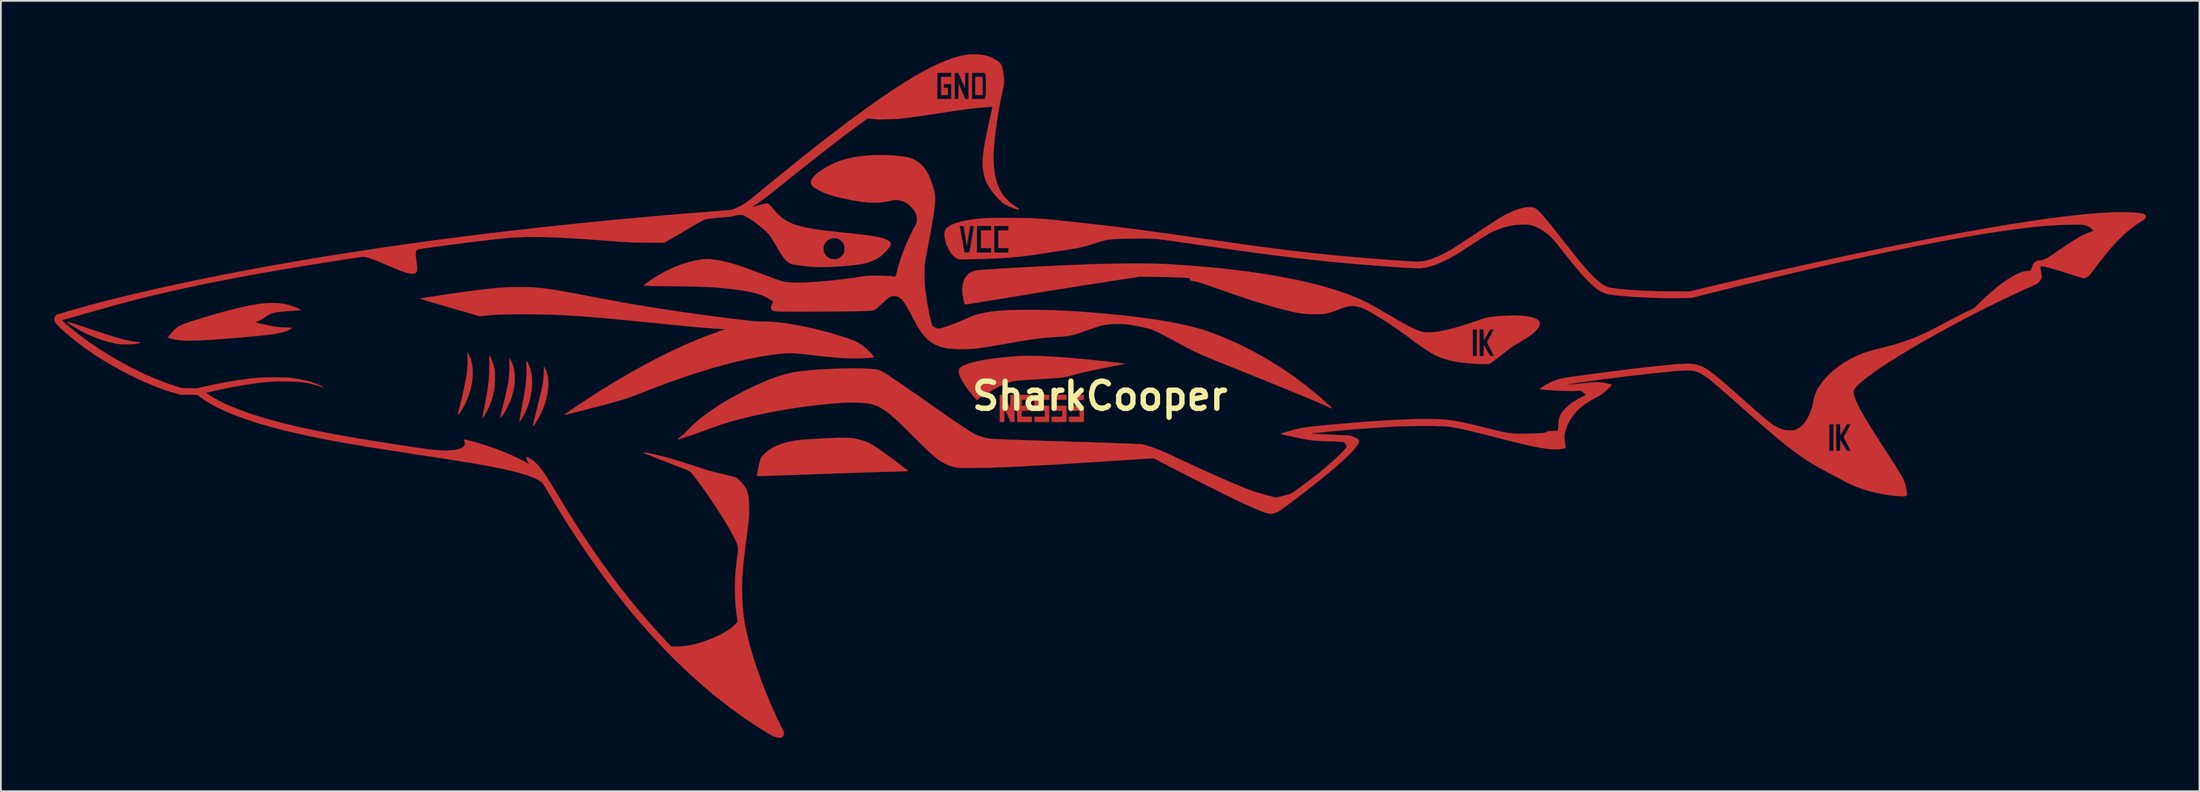
<source format=kicad_pcb>
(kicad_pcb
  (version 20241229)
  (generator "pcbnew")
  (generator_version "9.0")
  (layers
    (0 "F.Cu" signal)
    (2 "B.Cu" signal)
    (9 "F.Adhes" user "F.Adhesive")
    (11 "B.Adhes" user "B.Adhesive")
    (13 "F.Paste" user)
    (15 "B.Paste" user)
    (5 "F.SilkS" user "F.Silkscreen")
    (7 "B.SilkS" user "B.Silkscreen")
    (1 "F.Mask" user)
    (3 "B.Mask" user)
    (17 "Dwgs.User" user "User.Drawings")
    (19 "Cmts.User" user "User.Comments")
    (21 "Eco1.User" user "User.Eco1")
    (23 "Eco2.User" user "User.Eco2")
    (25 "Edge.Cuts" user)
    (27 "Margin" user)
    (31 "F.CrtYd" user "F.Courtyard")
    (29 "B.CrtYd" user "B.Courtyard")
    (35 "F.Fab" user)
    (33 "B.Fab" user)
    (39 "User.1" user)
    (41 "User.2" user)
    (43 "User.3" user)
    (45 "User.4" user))
  (footprint "SharkCooper"
    (layer "F.Cu")
    (at 58.785 19.223)
    (property "Reference" "SharkCooper" (at 0 0 0) (layer "F.SilkS") (effects (font (size 1.524 1.524) (thickness 0.3))))
    (attr through_hole)
    (fp_poly (pts (xy -6.604 -16.933) (xy -7.006 -16.933) (xy -7.006 -17.949) (xy -6.604 -17.949) (xy -6.604 -16.933)) (stroke (width 0.01) (type solid)) (fill yes) (layer "F.Cu"))
    (fp_poly (pts (xy -3.831 0.212) (xy -4.403 0.212) (xy -4.403 0.55) (xy -3.831 0.55) (xy -3.831 0.826) (xy -4.403 0.826) (xy -4.403 1.164) (xy -3.831 1.164) (xy -3.831 1.46) (xy -4.657 1.46) (xy -4.657 -0.064) (xy -3.831 -0.064) (xy -3.831 0.212)) (stroke (width 0.01) (type solid)) (fill yes) (layer "F.Cu"))
    (fp_poly (pts (xy -2.857 0.212) (xy -3.429 0.212) (xy -3.429 0.55) (xy -2.857 0.55) (xy -2.857 1.46) (xy -3.683 1.46) (xy -3.683 1.164) (xy -3.09 1.164) (xy -3.09 0.826) (xy -3.683 0.826) (xy -3.683 -0.064) (xy -2.857 -0.064) (xy -2.857 0.212)) (stroke (width 0.01) (type solid)) (fill yes) (layer "F.Cu"))
    (fp_poly (pts (xy -1.884 0.212) (xy -2.477 0.212) (xy -2.477 0.55) (xy -1.884 0.55) (xy -1.884 1.46) (xy -2.709 1.46) (xy -2.709 1.164) (xy -2.117 1.164) (xy -2.117 0.826) (xy -2.709 0.826) (xy -2.709 -0.064) (xy -1.884 -0.064) (xy -1.884 0.212)) (stroke (width 0.01) (type solid)) (fill yes) (layer "F.Cu"))
    (fp_poly (pts (xy -0.91 0.212) (xy -1.503 0.212) (xy -1.503 0.55) (xy -0.91 0.55) (xy -0.91 1.46) (xy -1.736 1.46) (xy -1.736 1.164) (xy -1.143 1.164) (xy -1.143 0.826) (xy -1.736 0.826) (xy -1.736 -0.064) (xy -0.91 -0.064) (xy -0.91 0.212)) (stroke (width 0.01) (type solid)) (fill yes) (layer "F.Cu"))
    (fp_poly (pts (xy -5.502 -0.059) (xy -5.373 -0.053) (xy -5.211 0.317) (xy -5.048 0.687) (xy -5.037 -0.064) (xy -4.805 -0.064) (xy -4.805 1.46) (xy -5.027 1.46) (xy -5.201 1.053) (xy -5.375 0.646) (xy -5.376 1.053) (xy -5.376 1.46) (xy -5.63 1.46) (xy -5.63 -0.066) (xy -5.502 -0.059)) (stroke (width 0.01) (type solid)) (fill yes) (layer "F.Cu"))
    (fp_poly (pts (xy -31.196 -1.566) (xy -31.112 -1.386) (xy -31.053 -1.177) (xy -31.019 -0.941) (xy -31.01 -0.683) (xy -31.026 -0.408) (xy -31.068 -0.119) (xy -31.134 0.18) (xy -31.219 0.465) (xy -31.304 0.695) (xy -31.407 0.932) (xy -31.521 1.161) (xy -31.639 1.37) (xy -31.698 1.463) (xy -31.766 1.565) (xy -31.815 1.633) (xy -31.848 1.672) (xy -31.867 1.684) (xy -31.876 1.672) (xy -31.877 1.654) (xy -31.872 1.625) (xy -31.858 1.56) (xy -31.835 1.463) (xy -31.805 1.339) (xy -31.77 1.192) (xy -31.729 1.029) (xy -31.685 0.852) (xy -31.675 0.814) (xy -31.6 0.516) (xy -31.536 0.256) (xy -31.48 0.028) (xy -31.433 -0.17) (xy -31.394 -0.343) (xy -31.361 -0.495) (xy -31.335 -0.629) (xy -31.314 -0.751) (xy -31.298 -0.863) (xy -31.286 -0.969) (xy -31.277 -1.074) (xy -31.271 -1.181) (xy -31.266 -1.295) (xy -31.266 -1.302) (xy -31.253 -1.662) (xy -31.196 -1.566)) (stroke (width 0.01) (type solid)) (fill yes) (layer "F.Cu"))
    (fp_poly (pts (xy -35.535 -2.416) (xy -35.507 -2.369) (xy -35.472 -2.301) (xy -35.435 -2.222) (xy -35.4 -2.142) (xy -35.372 -2.07) (xy -35.367 -2.056) (xy -35.309 -1.84) (xy -35.274 -1.596) (xy -35.261 -1.33) (xy -35.27 -1.052) (xy -35.301 -0.769) (xy -35.354 -0.488) (xy -35.37 -0.421) (xy -35.455 -0.134) (xy -35.562 0.154) (xy -35.687 0.433) (xy -35.824 0.69) (xy -35.919 0.841) (xy -35.986 0.941) (xy -36.035 1.007) (xy -36.066 1.043) (xy -36.083 1.051) (xy -36.089 1.035) (xy -36.089 1.033) (xy -36.084 1.005) (xy -36.071 0.942) (xy -36.05 0.85) (xy -36.024 0.736) (xy -35.992 0.605) (xy -35.972 0.518) (xy -35.886 0.161) (xy -35.812 -0.158) (xy -35.748 -0.445) (xy -35.694 -0.701) (xy -35.649 -0.931) (xy -35.613 -1.139) (xy -35.585 -1.327) (xy -35.565 -1.5) (xy -35.551 -1.661) (xy -35.544 -1.814) (xy -35.543 -1.962) (xy -35.547 -2.109) (xy -35.548 -2.143) (xy -35.553 -2.249) (xy -35.555 -2.337) (xy -35.555 -2.401) (xy -35.552 -2.432) (xy -35.551 -2.434) (xy -35.535 -2.416)) (stroke (width 0.01) (type solid)) (fill yes) (layer "F.Cu"))
    (fp_poly (pts (xy -34.303 -2.268) (xy -34.277 -2.218) (xy -34.243 -2.145) (xy -34.206 -2.058) (xy -34.169 -1.965) (xy -34.144 -1.896) (xy -34.089 -1.725) (xy -34.05 -1.558) (xy -34.025 -1.382) (xy -34.011 -1.188) (xy -34.007 -0.974) (xy -34.028 -0.57) (xy -34.088 -0.178) (xy -34.189 0.204) (xy -34.332 0.578) (xy -34.423 0.773) (xy -34.479 0.881) (xy -34.536 0.984) (xy -34.591 1.074) (xy -34.639 1.148) (xy -34.678 1.199) (xy -34.704 1.224) (xy -34.713 1.216) (xy -34.713 1.216) (xy -34.71 1.193) (xy -34.699 1.133) (xy -34.682 1.044) (xy -34.661 0.929) (xy -34.636 0.795) (xy -34.608 0.65) (xy -34.549 0.334) (xy -34.498 0.055) (xy -34.456 -0.193) (xy -34.42 -0.416) (xy -34.392 -0.618) (xy -34.369 -0.804) (xy -34.352 -0.981) (xy -34.339 -1.153) (xy -34.331 -1.325) (xy -34.327 -1.503) (xy -34.325 -1.691) (xy -34.325 -1.72) (xy -34.325 -1.87) (xy -34.324 -2.005) (xy -34.323 -2.119) (xy -34.322 -2.208) (xy -34.32 -2.265) (xy -34.319 -2.286) (xy -34.319 -2.286) (xy -34.303 -2.268)) (stroke (width 0.01) (type solid)) (fill yes) (layer "F.Cu"))
    (fp_poly (pts (xy -33.172 -2.098) (xy -33.143 -2.051) (xy -33.107 -1.984) (xy -33.07 -1.908) (xy -33.037 -1.833) (xy -33.016 -1.778) (xy -32.943 -1.508) (xy -32.904 -1.217) (xy -32.898 -0.908) (xy -32.924 -0.587) (xy -32.984 -0.257) (xy -33.076 0.074) (xy -33.128 0.216) (xy -33.198 0.38) (xy -33.279 0.551) (xy -33.364 0.718) (xy -33.448 0.865) (xy -33.492 0.936) (xy -33.57 1.05) (xy -33.633 1.136) (xy -33.68 1.193) (xy -33.709 1.218) (xy -33.718 1.211) (xy -33.713 1.184) (xy -33.699 1.122) (xy -33.677 1.029) (xy -33.649 0.912) (xy -33.616 0.775) (xy -33.578 0.624) (xy -33.569 0.587) (xy -33.495 0.289) (xy -33.431 0.028) (xy -33.378 -0.201) (xy -33.333 -0.404) (xy -33.296 -0.584) (xy -33.266 -0.747) (xy -33.243 -0.896) (xy -33.226 -1.037) (xy -33.214 -1.174) (xy -33.206 -1.312) (xy -33.202 -1.456) (xy -33.2 -1.609) (xy -33.2 -1.635) (xy -33.2 -1.773) (xy -33.198 -1.895) (xy -33.196 -1.996) (xy -33.194 -2.07) (xy -33.191 -2.11) (xy -33.189 -2.116) (xy -33.172 -2.098)) (stroke (width 0.01) (type solid)) (fill yes) (layer "F.Cu"))
    (fp_poly (pts (xy -32.203 -1.939) (xy -32.176 -1.89) (xy -32.139 -1.814) (xy -32.124 -1.784) (xy -32.028 -1.531) (xy -31.963 -1.253) (xy -31.929 -0.955) (xy -31.926 -0.639) (xy -31.954 -0.309) (xy -32.013 0.031) (xy -32.104 0.378) (xy -32.144 0.504) (xy -32.181 0.603) (xy -32.226 0.714) (xy -32.279 0.831) (xy -32.336 0.95) (xy -32.395 1.067) (xy -32.453 1.175) (xy -32.507 1.272) (xy -32.555 1.35) (xy -32.595 1.407) (xy -32.623 1.436) (xy -32.638 1.434) (xy -32.639 1.423) (xy -32.635 1.399) (xy -32.625 1.339) (xy -32.608 1.248) (xy -32.587 1.132) (xy -32.562 0.997) (xy -32.534 0.848) (xy -32.533 0.843) (xy -32.474 0.523) (xy -32.423 0.241) (xy -32.379 -0.008) (xy -32.343 -0.229) (xy -32.312 -0.425) (xy -32.288 -0.601) (xy -32.27 -0.761) (xy -32.256 -0.909) (xy -32.247 -1.05) (xy -32.242 -1.188) (xy -32.24 -1.327) (xy -32.241 -1.472) (xy -32.242 -1.551) (xy -32.245 -1.708) (xy -32.246 -1.826) (xy -32.244 -1.905) (xy -32.236 -1.949) (xy -32.223 -1.96) (xy -32.203 -1.939)) (stroke (width 0.01) (type solid)) (fill yes) (layer "F.Cu"))
    (fp_poly (pts (xy -58.012 -4.168) (xy -57.968 -4.157) (xy -57.904 -4.139) (xy -57.817 -4.113) (xy -57.705 -4.078) (xy -57.565 -4.032) (xy -57.394 -3.976) (xy -57.19 -3.908) (xy -56.949 -3.827) (xy -56.864 -3.799) (xy -56.499 -3.677) (xy -56.17 -3.569) (xy -55.875 -3.473) (xy -55.611 -3.39) (xy -55.374 -3.317) (xy -55.162 -3.255) (xy -54.971 -3.202) (xy -54.798 -3.158) (xy -54.64 -3.122) (xy -54.495 -3.092) (xy -54.359 -3.069) (xy -54.229 -3.05) (xy -54.102 -3.036) (xy -54.085 -3.035) (xy -54.013 -3.026) (xy -53.964 -3.016) (xy -53.947 -3.006) (xy -53.947 -3.004) (xy -53.995 -2.979) (xy -54.077 -2.958) (xy -54.189 -2.939) (xy -54.322 -2.924) (xy -54.471 -2.913) (xy -54.629 -2.906) (xy -54.788 -2.905) (xy -54.942 -2.908) (xy -55.085 -2.917) (xy -55.21 -2.932) (xy -55.213 -2.932) (xy -55.632 -3.017) (xy -56.062 -3.139) (xy -56.5 -3.297) (xy -56.94 -3.488) (xy -57.2 -3.616) (xy -57.309 -3.675) (xy -57.428 -3.742) (xy -57.551 -3.815) (xy -57.672 -3.89) (xy -57.786 -3.963) (xy -57.887 -4.03) (xy -57.969 -4.088) (xy -58.027 -4.133) (xy -58.054 -4.161) (xy -58.055 -4.163) (xy -58.053 -4.17) (xy -58.04 -4.172) (xy -58.012 -4.168)) (stroke (width 0.01) (type solid)) (fill yes) (layer "F.Cu"))
    (fp_poly (pts (xy -3.646 -2.258) (xy -3.267 -2.246) (xy -2.851 -2.226) (xy -2.399 -2.198) (xy -1.908 -2.162) (xy -1.38 -2.117) (xy -0.811 -2.064) (xy -0.203 -2.003) (xy 0.423 -1.936) (xy 0.656 -1.91) (xy 0.85 -1.889) (xy 1.008 -1.87) (xy 1.134 -1.855) (xy 1.231 -1.843) (xy 1.302 -1.833) (xy 1.35 -1.825) (xy 1.379 -1.819) (xy 1.392 -1.813) (xy 1.392 -1.808) (xy 1.37 -1.803) (xy 1.312 -1.79) (xy 1.223 -1.772) (xy 1.108 -1.749) (xy 0.974 -1.723) (xy 0.825 -1.695) (xy 0.814 -1.693) (xy 0.339 -1.602) (xy -0.094 -1.514) (xy -0.487 -1.431) (xy -0.841 -1.352) (xy -1.156 -1.276) (xy -1.433 -1.203) (xy -1.609 -1.153) (xy -1.696 -1.129) (xy -1.784 -1.106) (xy -1.874 -1.087) (xy -1.971 -1.068) (xy -2.078 -1.052) (xy -2.199 -1.037) (xy -2.338 -1.022) (xy -2.497 -1.008) (xy -2.681 -0.994) (xy -2.893 -0.979) (xy -3.137 -0.964) (xy -3.416 -0.948) (xy -3.725 -0.931) (xy -3.99 -0.916) (xy -4.216 -0.901) (xy -4.409 -0.887) (xy -4.571 -0.873) (xy -4.707 -0.858) (xy -4.822 -0.842) (xy -4.92 -0.824) (xy -5.003 -0.805) (xy -5.078 -0.783) (xy -5.08 -0.782) (xy -5.319 -0.693) (xy -5.581 -0.576) (xy -5.861 -0.434) (xy -6.151 -0.27) (xy -6.448 -0.088) (xy -6.743 0.11) (xy -6.756 0.118) (xy -6.919 0.232) (xy -7.055 0.079) (xy -7.231 -0.128) (xy -7.396 -0.337) (xy -7.547 -0.544) (xy -7.677 -0.742) (xy -7.785 -0.926) (xy -7.866 -1.089) (xy -7.881 -1.126) (xy -7.925 -1.268) (xy -7.939 -1.393) (xy -7.922 -1.496) (xy -7.884 -1.563) (xy -7.801 -1.636) (xy -7.678 -1.708) (xy -7.516 -1.777) (xy -7.318 -1.844) (xy -7.086 -1.908) (xy -6.822 -1.969) (xy -6.527 -2.026) (xy -6.205 -2.079) (xy -5.856 -2.127) (xy -5.483 -2.17) (xy -5.089 -2.207) (xy -4.674 -2.239) (xy -4.572 -2.245) (xy -4.298 -2.258) (xy -3.989 -2.262) (xy -3.646 -2.258)) (stroke (width 0.01) (type solid)) (fill yes) (layer "F.Cu"))
    (fp_poly (pts (xy -46.153 -5.218) (xy -45.839 -5.176) (xy -45.604 -5.122) (xy -45.508 -5.092) (xy -45.402 -5.056) (xy -45.292 -5.015) (xy -45.185 -4.972) (xy -45.088 -4.93) (xy -45.007 -4.892) (xy -44.95 -4.862) (xy -44.922 -4.84) (xy -44.922 -4.834) (xy -44.945 -4.83) (xy -45.005 -4.823) (xy -45.098 -4.815) (xy -45.216 -4.806) (xy -45.355 -4.795) (xy -45.51 -4.785) (xy -45.564 -4.781) (xy -45.803 -4.765) (xy -46.005 -4.748) (xy -46.176 -4.728) (xy -46.322 -4.705) (xy -46.447 -4.678) (xy -46.558 -4.643) (xy -46.66 -4.601) (xy -46.759 -4.55) (xy -46.86 -4.488) (xy -46.948 -4.429) (xy -47.061 -4.355) (xy -47.175 -4.289) (xy -47.279 -4.237) (xy -47.363 -4.205) (xy -47.376 -4.201) (xy -47.423 -4.184) (xy -47.447 -4.167) (xy -47.438 -4.146) (xy -47.395 -4.122) (xy -47.322 -4.097) (xy -47.228 -4.074) (xy -47.168 -4.063) (xy -47.091 -4.049) (xy -46.986 -4.026) (xy -46.866 -3.999) (xy -46.746 -3.971) (xy -46.735 -3.968) (xy -46.408 -3.903) (xy -46.057 -3.865) (xy -45.694 -3.853) (xy -45.597 -3.851) (xy -45.517 -3.847) (xy -45.464 -3.841) (xy -45.445 -3.834) (xy -45.465 -3.798) (xy -45.521 -3.755) (xy -45.608 -3.709) (xy -45.721 -3.662) (xy -45.855 -3.617) (xy -45.883 -3.608) (xy -45.99 -3.579) (xy -46.103 -3.552) (xy -46.227 -3.526) (xy -46.364 -3.501) (xy -46.518 -3.477) (xy -46.693 -3.454) (xy -46.891 -3.43) (xy -47.116 -3.405) (xy -47.373 -3.379) (xy -47.663 -3.351) (xy -47.992 -3.322) (xy -48.091 -3.313) (xy -48.587 -3.27) (xy -49.043 -3.233) (xy -49.459 -3.201) (xy -49.839 -3.174) (xy -50.183 -3.153) (xy -50.493 -3.136) (xy -50.77 -3.124) (xy -51.016 -3.118) (xy -51.233 -3.116) (xy -51.422 -3.119) (xy -51.584 -3.127) (xy -51.689 -3.135) (xy -51.909 -3.165) (xy -52.129 -3.208) (xy -52.294 -3.25) (xy -52.408 -3.284) (xy -52.242 -3.489) (xy -52.104 -3.649) (xy -51.974 -3.778) (xy -51.841 -3.882) (xy -51.695 -3.969) (xy -51.527 -4.045) (xy -51.332 -4.115) (xy -50.91 -4.251) (xy -50.488 -4.382) (xy -50.069 -4.508) (xy -49.658 -4.627) (xy -49.261 -4.737) (xy -48.881 -4.838) (xy -48.523 -4.929) (xy -48.192 -5.007) (xy -47.892 -5.072) (xy -47.699 -5.109) (xy -47.267 -5.178) (xy -46.866 -5.219) (xy -46.495 -5.232) (xy -46.153 -5.218)) (stroke (width 0.01) (type solid)) (fill yes) (layer "F.Cu"))
    (fp_poly (pts (xy -14.281 2.352) (xy -14.123 2.36) (xy -13.981 2.371) (xy -13.85 2.386) (xy -13.727 2.406) (xy -13.61 2.431) (xy -13.496 2.46) (xy -13.38 2.494) (xy -13.262 2.533) (xy -13.213 2.55) (xy -13.122 2.583) (xy -13.035 2.619) (xy -12.949 2.659) (xy -12.859 2.706) (xy -12.761 2.764) (xy -12.65 2.835) (xy -12.521 2.921) (xy -12.37 3.026) (xy -12.193 3.152) (xy -12.076 3.236) (xy -11.971 3.312) (xy -11.851 3.399) (xy -11.721 3.495) (xy -11.585 3.597) (xy -11.447 3.7) (xy -11.311 3.802) (xy -11.182 3.9) (xy -11.064 3.99) (xy -10.961 4.069) (xy -10.878 4.134) (xy -10.819 4.181) (xy -10.789 4.207) (xy -10.786 4.21) (xy -10.796 4.216) (xy -10.835 4.222) (xy -10.906 4.228) (xy -11.009 4.234) (xy -11.145 4.239) (xy -11.318 4.245) (xy -11.527 4.251) (xy -11.775 4.257) (xy -12.063 4.263) (xy -12.181 4.266) (xy -12.285 4.268) (xy -12.428 4.272) (xy -12.605 4.277) (xy -12.813 4.284) (xy -13.049 4.292) (xy -13.308 4.3) (xy -13.587 4.309) (xy -13.882 4.319) (xy -14.19 4.33) (xy -14.506 4.341) (xy -14.826 4.353) (xy -15.06 4.361) (xy -15.385 4.373) (xy -15.71 4.385) (xy -16.031 4.396) (xy -16.344 4.407) (xy -16.645 4.418) (xy -16.931 4.428) (xy -17.196 4.437) (xy -17.438 4.445) (xy -17.652 4.452) (xy -17.834 4.458) (xy -17.981 4.463) (xy -18.055 4.465) (xy -18.239 4.471) (xy -18.421 4.476) (xy -18.595 4.482) (xy -18.753 4.487) (xy -18.887 4.492) (xy -18.99 4.496) (xy -19.024 4.498) (xy -19.132 4.502) (xy -19.206 4.503) (xy -19.25 4.501) (xy -19.274 4.493) (xy -19.282 4.481) (xy -19.283 4.472) (xy -19.279 4.44) (xy -19.268 4.374) (xy -19.251 4.281) (xy -19.229 4.166) (xy -19.204 4.038) (xy -19.2 4.016) (xy -19.166 3.852) (xy -19.137 3.724) (xy -19.108 3.621) (xy -19.076 3.538) (xy -19.038 3.467) (xy -18.992 3.4) (xy -18.932 3.33) (xy -18.88 3.273) (xy -18.683 3.093) (xy -18.451 2.935) (xy -18.181 2.797) (xy -17.875 2.681) (xy -17.533 2.586) (xy -17.155 2.512) (xy -16.74 2.459) (xy -16.436 2.435) (xy -16.051 2.412) (xy -15.705 2.393) (xy -15.395 2.377) (xy -15.118 2.364) (xy -14.872 2.356) (xy -14.652 2.351) (xy -14.456 2.35) (xy -14.281 2.352)) (stroke (width 0.01) (type solid)) (fill yes) (layer "F.Cu"))
    (fp_poly (pts (xy -32.475 -6.125) (xy -32.279 -6.123) (xy -32.091 -6.118) (xy -31.907 -6.11) (xy -31.723 -6.098) (xy -31.536 -6.083) (xy -31.343 -6.063) (xy -31.138 -6.038) (xy -30.92 -6.008) (xy -30.684 -5.971) (xy -30.427 -5.929) (xy -30.145 -5.88) (xy -29.834 -5.824) (xy -29.491 -5.76) (xy -29.113 -5.688) (xy -28.871 -5.641) (xy -28.151 -5.504) (xy -27.459 -5.375) (xy -26.789 -5.254) (xy -26.134 -5.14) (xy -25.488 -5.031) (xy -24.846 -4.928) (xy -24.2 -4.828) (xy -23.545 -4.731) (xy -22.874 -4.636) (xy -22.182 -4.542) (xy -21.462 -4.448) (xy -20.707 -4.354) (xy -20.479 -4.325) (xy -20.223 -4.294) (xy -20.006 -4.268) (xy -19.821 -4.246) (xy -19.665 -4.229) (xy -19.533 -4.215) (xy -19.422 -4.205) (xy -19.325 -4.198) (xy -19.24 -4.193) (xy -19.162 -4.19) (xy -19.085 -4.189) (xy -19.007 -4.189) (xy -18.995 -4.189) (xy -18.85 -4.189) (xy -18.692 -4.186) (xy -18.539 -4.18) (xy -18.407 -4.172) (xy -18.382 -4.17) (xy -17.956 -4.126) (xy -17.5 -4.062) (xy -17.023 -3.981) (xy -16.53 -3.884) (xy -16.031 -3.772) (xy -15.531 -3.648) (xy -15.038 -3.512) (xy -14.561 -3.368) (xy -14.203 -3.249) (xy -14.017 -3.183) (xy -13.864 -3.126) (xy -13.736 -3.071) (xy -13.625 -3.017) (xy -13.523 -2.958) (xy -13.423 -2.89) (xy -13.315 -2.809) (xy -13.243 -2.752) (xy -13.163 -2.684) (xy -13.078 -2.605) (xy -12.99 -2.521) (xy -12.907 -2.436) (xy -12.831 -2.355) (xy -12.769 -2.283) (xy -12.725 -2.227) (xy -12.703 -2.19) (xy -12.705 -2.179) (xy -12.738 -2.172) (xy -12.808 -2.163) (xy -12.906 -2.155) (xy -13.027 -2.146) (xy -13.164 -2.138) (xy -13.31 -2.131) (xy -13.459 -2.125) (xy -13.605 -2.12) (xy -13.74 -2.117) (xy -13.833 -2.117) (xy -14.131 -2.122) (xy -14.466 -2.137) (xy -14.838 -2.163) (xy -15.25 -2.199) (xy -15.7 -2.245) (xy -16.191 -2.302) (xy -16.351 -2.322) (xy -16.634 -2.355) (xy -16.882 -2.38) (xy -17.102 -2.397) (xy -17.302 -2.406) (xy -17.489 -2.408) (xy -17.67 -2.402) (xy -17.851 -2.39) (xy -17.933 -2.382) (xy -18.519 -2.31) (xy -19.136 -2.211) (xy -19.784 -2.084) (xy -20.461 -1.929) (xy -21.168 -1.748) (xy -21.903 -1.539) (xy -22.667 -1.304) (xy -23.457 -1.041) (xy -24.274 -0.753) (xy -25.117 -0.438) (xy -25.806 -0.168) (xy -25.999 -0.092) (xy -26.169 -0.026) (xy -26.323 0.032) (xy -26.468 0.084) (xy -26.61 0.133) (xy -26.758 0.18) (xy -26.917 0.229) (xy -27.096 0.28) (xy -27.3 0.338) (xy -27.537 0.403) (xy -27.57 0.412) (xy -27.7 0.448) (xy -27.853 0.489) (xy -28.026 0.534) (xy -28.213 0.584) (xy -28.411 0.635) (xy -28.615 0.689) (xy -28.821 0.742) (xy -29.026 0.795) (xy -29.224 0.845) (xy -29.411 0.893) (xy -29.584 0.937) (xy -29.738 0.976) (xy -29.869 1.008) (xy -29.972 1.034) (xy -30.044 1.051) (xy -30.08 1.058) (xy -30.082 1.058) (xy -30.095 1.049) (xy -30.087 1.039) (xy -30.053 1.012) (xy -29.988 0.964) (xy -29.895 0.898) (xy -29.778 0.818) (xy -29.641 0.724) (xy -29.488 0.621) (xy -29.323 0.51) (xy -29.15 0.395) (xy -28.973 0.278) (xy -28.796 0.161) (xy -28.622 0.047) (xy -28.456 -0.061) (xy -28.301 -0.161) (xy -28.162 -0.25) (xy -28.088 -0.297) (xy -27.248 -0.811) (xy -26.426 -1.292) (xy -25.622 -1.74) (xy -24.838 -2.153) (xy -24.073 -2.533) (xy -23.328 -2.877) (xy -22.604 -3.187) (xy -21.902 -3.461) (xy -21.395 -3.642) (xy -21.285 -3.68) (xy -21.191 -3.713) (xy -21.12 -3.739) (xy -21.077 -3.756) (xy -21.068 -3.761) (xy -21.09 -3.763) (xy -21.148 -3.768) (xy -21.235 -3.773) (xy -21.346 -3.78) (xy -21.474 -3.787) (xy -21.517 -3.789) (xy -21.729 -3.802) (xy -21.976 -3.819) (xy -22.261 -3.841) (xy -22.582 -3.868) (xy -22.942 -3.9) (xy -23.342 -3.938) (xy -23.781 -3.98) (xy -24.26 -4.028) (xy -24.511 -4.054) (xy -25.126 -4.116) (xy -25.702 -4.174) (xy -26.241 -4.227) (xy -26.745 -4.276) (xy -27.217 -4.32) (xy -27.66 -4.361) (xy -28.075 -4.398) (xy -28.466 -4.43) (xy -28.834 -4.46) (xy -29.183 -4.486) (xy -29.514 -4.509) (xy -29.831 -4.529) (xy -30.136 -4.546) (xy -30.431 -4.56) (xy -30.718 -4.572) (xy -31.001 -4.582) (xy -31.282 -4.589) (xy -31.562 -4.595) (xy -31.846 -4.599) (xy -32.134 -4.601) (xy -32.311 -4.602) (xy -32.696 -4.601) (xy -33.045 -4.598) (xy -33.361 -4.592) (xy -33.65 -4.583) (xy -33.918 -4.571) (xy -34.169 -4.556) (xy -34.409 -4.536) (xy -34.586 -4.519) (xy -34.872 -4.49) (xy -36.513 -4.967) (xy -36.768 -5.042) (xy -37.011 -5.113) (xy -37.241 -5.18) (xy -37.452 -5.242) (xy -37.643 -5.299) (xy -37.81 -5.348) (xy -37.95 -5.39) (xy -38.06 -5.423) (xy -38.137 -5.446) (xy -38.177 -5.459) (xy -38.183 -5.461) (xy -38.192 -5.467) (xy -38.196 -5.472) (xy -38.19 -5.477) (xy -38.169 -5.484) (xy -38.132 -5.493) (xy -38.073 -5.504) (xy -37.988 -5.518) (xy -37.875 -5.537) (xy -37.728 -5.56) (xy -37.544 -5.59) (xy -37.486 -5.599) (xy -36.836 -5.7) (xy -36.22 -5.792) (xy -35.64 -5.873) (xy -35.095 -5.943) (xy -34.589 -6.004) (xy -34.122 -6.053) (xy -33.867 -6.077) (xy -33.656 -6.094) (xy -33.452 -6.107) (xy -33.244 -6.116) (xy -33.02 -6.122) (xy -32.77 -6.125) (xy -32.681 -6.126) (xy -32.475 -6.125)) (stroke (width 0.01) (type solid)) (fill yes) (layer "F.Cu"))
    (fp_poly (pts (xy 2.487 -7.45) (xy 2.767 -7.448) (xy 3.024 -7.445) (xy 3.253 -7.441) (xy 3.448 -7.435) (xy 3.576 -7.43) (xy 3.811 -7.417) (xy 4.082 -7.401) (xy 4.38 -7.381) (xy 4.698 -7.358) (xy 5.029 -7.333) (xy 5.366 -7.306) (xy 5.701 -7.279) (xy 6.027 -7.251) (xy 6.337 -7.223) (xy 6.623 -7.195) (xy 6.816 -7.176) (xy 7.689 -7.077) (xy 8.528 -6.968) (xy 9.332 -6.848) (xy 10.101 -6.717) (xy 10.834 -6.576) (xy 11.531 -6.425) (xy 12.19 -6.263) (xy 12.811 -6.092) (xy 13.393 -5.911) (xy 13.935 -5.721) (xy 14.437 -5.521) (xy 14.666 -5.42) (xy 14.774 -5.371) (xy 14.878 -5.322) (xy 14.981 -5.271) (xy 15.088 -5.216) (xy 15.202 -5.155) (xy 15.329 -5.085) (xy 15.473 -5.004) (xy 15.637 -4.91) (xy 15.826 -4.8) (xy 16.045 -4.672) (xy 16.192 -4.586) (xy 16.506 -4.403) (xy 16.786 -4.242) (xy 17.035 -4.102) (xy 17.257 -3.982) (xy 17.453 -3.88) (xy 17.626 -3.796) (xy 17.779 -3.727) (xy 17.913 -3.673) (xy 18.031 -3.632) (xy 18.136 -3.604) (xy 18.157 -3.599) (xy 18.269 -3.584) (xy 18.413 -3.579) (xy 18.581 -3.583) (xy 18.763 -3.596) (xy 18.952 -3.617) (xy 19.138 -3.645) (xy 19.166 -3.651) (xy 19.466 -3.712) (xy 19.607 -3.747) (xy 20.955 -3.747) (xy 20.955 -2.241) (xy 21.066 -2.248) (xy 21.177 -2.254) (xy 21.183 -3) (xy 21.188 -3.747) (xy 21.336 -3.747) (xy 21.336 -3.009) (xy 21.336 -2.837) (xy 21.338 -2.677) (xy 21.339 -2.537) (xy 21.342 -2.42) (xy 21.344 -2.331) (xy 21.347 -2.275) (xy 21.35 -2.258) (xy 21.378 -2.249) (xy 21.433 -2.244) (xy 21.466 -2.244) (xy 21.568 -2.244) (xy 21.574 -2.551) (xy 21.579 -2.857) (xy 21.759 -2.556) (xy 21.939 -2.254) (xy 22.04 -2.248) (xy 22.098 -2.246) (xy 22.135 -2.25) (xy 22.14 -2.253) (xy 22.131 -2.275) (xy 22.106 -2.329) (xy 22.067 -2.408) (xy 22.018 -2.508) (xy 21.962 -2.622) (xy 21.95 -2.646) (xy 21.759 -3.027) (xy 21.95 -3.379) (xy 22.009 -3.49) (xy 22.061 -3.587) (xy 22.102 -3.665) (xy 22.13 -3.718) (xy 22.14 -3.739) (xy 22.14 -3.739) (xy 22.121 -3.743) (xy 22.073 -3.746) (xy 22.036 -3.747) (xy 21.933 -3.747) (xy 21.756 -3.447) (xy 21.579 -3.148) (xy 21.568 -3.747) (xy 21.336 -3.747) (xy 21.188 -3.747) (xy 20.955 -3.747) (xy 19.607 -3.747) (xy 19.784 -3.79) (xy 20.125 -3.884) (xy 20.493 -3.997) (xy 20.891 -4.128) (xy 21.167 -4.224) (xy 21.344 -4.286) (xy 21.493 -4.335) (xy 21.623 -4.373) (xy 21.745 -4.404) (xy 21.869 -4.428) (xy 22.005 -4.449) (xy 22.164 -4.468) (xy 22.341 -4.487) (xy 22.508 -4.501) (xy 22.698 -4.512) (xy 22.902 -4.52) (xy 23.111 -4.524) (xy 23.313 -4.525) (xy 23.499 -4.522) (xy 23.658 -4.516) (xy 23.728 -4.51) (xy 23.966 -4.485) (xy 24.167 -4.453) (xy 24.332 -4.414) (xy 24.465 -4.366) (xy 24.571 -4.31) (xy 24.639 -4.256) (xy 24.689 -4.204) (xy 24.714 -4.161) (xy 24.722 -4.107) (xy 24.722 -4.073) (xy 24.707 -3.967) (xy 24.658 -3.858) (xy 24.573 -3.743) (xy 24.452 -3.617) (xy 24.444 -3.61) (xy 24.332 -3.515) (xy 24.189 -3.407) (xy 24.022 -3.292) (xy 23.838 -3.174) (xy 23.644 -3.057) (xy 23.498 -2.974) (xy 23.378 -2.904) (xy 23.248 -2.823) (xy 23.126 -2.74) (xy 23.032 -2.67) (xy 22.811 -2.497) (xy 22.61 -2.341) (xy 22.433 -2.205) (xy 22.281 -2.089) (xy 22.157 -1.996) (xy 22.062 -1.926) (xy 22.025 -1.901) (xy 21.879 -1.799) (xy 21.602 -1.802) (xy 21.471 -1.805) (xy 21.317 -1.809) (xy 21.158 -1.815) (xy 21.014 -1.822) (xy 21.008 -1.823) (xy 20.584 -1.854) (xy 20.195 -1.901) (xy 19.839 -1.964) (xy 19.51 -2.045) (xy 19.206 -2.143) (xy 18.923 -2.26) (xy 18.849 -2.295) (xy 18.679 -2.385) (xy 18.488 -2.499) (xy 18.273 -2.638) (xy 18.033 -2.803) (xy 17.765 -2.996) (xy 17.621 -3.103) (xy 17.32 -3.327) (xy 17.045 -3.528) (xy 16.791 -3.71) (xy 16.551 -3.877) (xy 16.319 -4.034) (xy 16.09 -4.184) (xy 15.856 -4.332) (xy 15.613 -4.481) (xy 15.573 -4.506) (xy 15.318 -4.657) (xy 15.091 -4.782) (xy 14.889 -4.884) (xy 14.707 -4.962) (xy 14.539 -5.018) (xy 14.382 -5.052) (xy 14.231 -5.066) (xy 14.081 -5.06) (xy 13.927 -5.036) (xy 13.766 -4.994) (xy 13.592 -4.935) (xy 13.547 -4.918) (xy 13.336 -4.838) (xy 13.157 -4.773) (xy 13.004 -4.722) (xy 12.869 -4.681) (xy 12.745 -4.652) (xy 12.626 -4.631) (xy 12.504 -4.617) (xy 12.372 -4.609) (xy 12.224 -4.605) (xy 12.054 -4.605) (xy 11.858 -4.606) (xy 11.686 -4.612) (xy 11.528 -4.623) (xy 11.375 -4.64) (xy 11.215 -4.664) (xy 11.038 -4.697) (xy 10.834 -4.74) (xy 10.767 -4.754) (xy 10.5 -4.816) (xy 10.217 -4.887) (xy 9.916 -4.967) (xy 9.596 -5.058) (xy 9.253 -5.16) (xy 8.885 -5.273) (xy 8.49 -5.399) (xy 8.065 -5.539) (xy 7.609 -5.692) (xy 7.119 -5.861) (xy 6.593 -6.044) (xy 6.486 -6.082) (xy 6.24 -6.168) (xy 6.029 -6.241) (xy 5.852 -6.301) (xy 5.705 -6.35) (xy 5.584 -6.388) (xy 5.487 -6.416) (xy 5.41 -6.437) (xy 5.35 -6.449) (xy 5.321 -6.454) (xy 5.203 -6.47) (xy 5.122 -6.488) (xy 5.073 -6.508) (xy 5.05 -6.533) (xy 5.049 -6.565) (xy 5.05 -6.57) (xy 5.053 -6.604) (xy 5.035 -6.622) (xy 4.986 -6.633) (xy 4.981 -6.634) (xy 4.905 -6.643) (xy 4.79 -6.652) (xy 4.64 -6.661) (xy 4.457 -6.669) (xy 4.246 -6.677) (xy 4.01 -6.684) (xy 3.753 -6.69) (xy 3.477 -6.696) (xy 3.186 -6.701) (xy 3.164 -6.701) (xy 2.233 -6.714) (xy 0.445 -6.436) (xy -0.047 -6.36) (xy -0.506 -6.288) (xy -0.938 -6.221) (xy -1.349 -6.156) (xy -1.746 -6.093) (xy -2.133 -6.032) (xy -2.517 -5.97) (xy -2.903 -5.908) (xy -3.297 -5.844) (xy -3.705 -5.777) (xy -4.132 -5.707) (xy -4.585 -5.633) (xy -5.069 -5.553) (xy -5.51 -5.48) (xy -5.799 -5.432) (xy -6.077 -5.386) (xy -6.34 -5.344) (xy -6.586 -5.304) (xy -6.812 -5.268) (xy -7.015 -5.235) (xy -7.191 -5.208) (xy -7.339 -5.185) (xy -7.455 -5.168) (xy -7.537 -5.156) (xy -7.581 -5.151) (xy -7.588 -5.151) (xy -7.605 -5.175) (xy -7.626 -5.231) (xy -7.649 -5.308) (xy -7.659 -5.348) (xy -7.715 -5.641) (xy -7.739 -5.91) (xy -7.732 -6.153) (xy -7.694 -6.371) (xy -7.625 -6.561) (xy -7.527 -6.724) (xy -7.398 -6.859) (xy -7.24 -6.964) (xy -7.053 -7.039) (xy -6.979 -7.059) (xy -6.927 -7.067) (xy -6.834 -7.077) (xy -6.705 -7.088) (xy -6.542 -7.101) (xy -6.347 -7.115) (xy -6.124 -7.13) (xy -5.874 -7.146) (xy -5.602 -7.163) (xy -5.308 -7.181) (xy -4.997 -7.198) (xy -4.67 -7.217) (xy -4.331 -7.235) (xy -3.983 -7.254) (xy -3.627 -7.272) (xy -3.266 -7.29) (xy -2.905 -7.308) (xy -2.544 -7.325) (xy -2.187 -7.342) (xy -1.836 -7.358) (xy -1.495 -7.372) (xy -1.165 -7.386) (xy -0.851 -7.398) (xy -0.553 -7.41) (xy -0.276 -7.419) (xy -0.265 -7.419) (xy 0.001 -7.427) (xy 0.289 -7.434) (xy 0.593 -7.439) (xy 0.909 -7.444) (xy 1.231 -7.447) (xy 1.555 -7.45) (xy 1.876 -7.451) (xy 2.188 -7.451) (xy 2.487 -7.45)) (stroke (width 0.01) (type solid)) (fill yes) (layer "F.Cu"))
    (fp_poly (pts (xy -12.048 -13.551) (xy -11.594 -13.526) (xy -11.144 -13.48) (xy -10.922 -13.448) (xy -10.669 -13.388) (xy -10.431 -13.289) (xy -10.212 -13.154) (xy -10.015 -12.986) (xy -9.843 -12.787) (xy -9.754 -12.654) (xy -9.647 -12.457) (xy -9.546 -12.231) (xy -9.455 -11.987) (xy -9.412 -11.853) (xy -9.363 -11.687) (xy -9.327 -11.551) (xy -9.301 -11.435) (xy -9.284 -11.331) (xy -9.276 -11.228) (xy -9.273 -11.117) (xy -9.276 -10.988) (xy -9.278 -10.955) (xy -9.282 -10.855) (xy -9.289 -10.752) (xy -9.298 -10.645) (xy -9.31 -10.529) (xy -9.326 -10.403) (xy -9.346 -10.262) (xy -9.37 -10.105) (xy -9.398 -9.927) (xy -9.432 -9.727) (xy -9.472 -9.5) (xy -9.518 -9.245) (xy -9.571 -8.958) (xy -9.632 -8.636) (xy -9.699 -8.276) (xy -9.714 -8.198) (xy -9.744 -8.039) (xy -9.773 -7.884) (xy -9.799 -7.74) (xy -9.821 -7.616) (xy -9.837 -7.519) (xy -9.845 -7.468) (xy -9.857 -7.36) (xy -9.865 -7.219) (xy -9.869 -7.053) (xy -9.87 -6.87) (xy -9.868 -6.679) (xy -9.862 -6.489) (xy -9.854 -6.308) (xy -9.842 -6.145) (xy -9.834 -6.064) (xy -9.81 -5.87) (xy -9.782 -5.664) (xy -9.75 -5.451) (xy -9.714 -5.237) (xy -9.676 -5.024) (xy -9.637 -4.817) (xy -9.598 -4.621) (xy -9.559 -4.441) (xy -9.522 -4.28) (xy -9.486 -4.144) (xy -9.454 -4.036) (xy -9.426 -3.961) (xy -9.403 -3.923) (xy -9.402 -3.922) (xy -9.33 -3.874) (xy -9.244 -3.832) (xy -9.161 -3.801) (xy -9.096 -3.789) (xy -9.095 -3.789) (xy -9.02 -3.798) (xy -8.911 -3.822) (xy -8.774 -3.862) (xy -8.613 -3.914) (xy -8.432 -3.977) (xy -8.237 -4.049) (xy -8.032 -4.129) (xy -7.822 -4.215) (xy -7.612 -4.306) (xy -7.419 -4.393) (xy -7.238 -4.47) (xy -7.05 -4.539) (xy -6.851 -4.6) (xy -6.638 -4.654) (xy -6.409 -4.7) (xy -6.16 -4.739) (xy -5.889 -4.771) (xy -5.593 -4.797) (xy -5.268 -4.818) (xy -4.911 -4.833) (xy -4.521 -4.842) (xy -4.093 -4.847) (xy -3.799 -4.848) (xy -3.309 -4.843) (xy -2.786 -4.83) (xy -2.234 -4.808) (xy -1.661 -4.778) (xy -1.072 -4.741) (xy -0.474 -4.697) (xy 0.128 -4.647) (xy 0.727 -4.591) (xy 1.318 -4.53) (xy 1.894 -4.464) (xy 2.45 -4.394) (xy 2.978 -4.32) (xy 3.474 -4.243) (xy 3.736 -4.199) (xy 4.179 -4.118) (xy 4.586 -4.035) (xy 4.967 -3.949) (xy 5.327 -3.857) (xy 5.674 -3.758) (xy 6.016 -3.649) (xy 6.36 -3.528) (xy 6.714 -3.392) (xy 7.02 -3.268) (xy 7.809 -2.918) (xy 8.588 -2.527) (xy 9.356 -2.098) (xy 10.111 -1.631) (xy 10.849 -1.129) (xy 11.568 -0.593) (xy 12.267 -0.023) (xy 12.758 0.408) (xy 12.874 0.514) (xy 12.958 0.593) (xy 13.012 0.648) (xy 13.036 0.681) (xy 13.031 0.693) (xy 12.998 0.686) (xy 12.938 0.661) (xy 12.85 0.621) (xy 12.848 0.62) (xy 12.722 0.563) (xy 12.573 0.495) (xy 12.398 0.419) (xy 12.197 0.332) (xy 11.969 0.235) (xy 11.713 0.127) (xy 11.428 0.008) (xy 11.113 -0.122) (xy 10.767 -0.264) (xy 10.39 -0.419) (xy 9.979 -0.587) (xy 9.535 -0.768) (xy 9.056 -0.962) (xy 8.541 -1.17) (xy 7.989 -1.393) (xy 7.4 -1.63) (xy 6.953 -1.81) (xy 6.659 -1.928) (xy 6.4 -2.033) (xy 6.171 -2.128) (xy 5.968 -2.213) (xy 5.785 -2.291) (xy 5.618 -2.364) (xy 5.463 -2.435) (xy 5.315 -2.506) (xy 5.169 -2.578) (xy 5.02 -2.653) (xy 4.864 -2.735) (xy 4.697 -2.825) (xy 4.519 -2.921) (xy 4.251 -3.067) (xy 3.999 -3.201) (xy 3.768 -3.324) (xy 3.558 -3.433) (xy 3.374 -3.527) (xy 3.218 -3.604) (xy 3.092 -3.664) (xy 2.999 -3.705) (xy 2.974 -3.714) (xy 2.89 -3.743) (xy 2.781 -3.776) (xy 2.663 -3.809) (xy 2.582 -3.83) (xy 2.141 -3.93) (xy 1.728 -4.002) (xy 1.341 -4.045) (xy 0.977 -4.06) (xy 0.634 -4.048) (xy 0.31 -4.007) (xy 0.036 -3.948) (xy -0.04 -3.926) (xy -0.149 -3.892) (xy -0.28 -3.849) (xy -0.428 -3.799) (xy -0.582 -3.745) (xy -0.703 -3.703) (xy -0.939 -3.619) (xy -1.143 -3.549) (xy -1.322 -3.492) (xy -1.483 -3.447) (xy -1.634 -3.411) (xy -1.782 -3.383) (xy -1.933 -3.362) (xy -2.095 -3.345) (xy -2.275 -3.332) (xy -2.434 -3.323) (xy -2.734 -3.305) (xy -3.019 -3.283) (xy -3.299 -3.256) (xy -3.582 -3.221) (xy -3.88 -3.179) (xy -4.203 -3.128) (xy -4.434 -3.089) (xy -4.819 -3.023) (xy -5.164 -2.963) (xy -5.473 -2.91) (xy -5.749 -2.863) (xy -5.994 -2.822) (xy -6.211 -2.786) (xy -6.404 -2.756) (xy -6.574 -2.729) (xy -6.725 -2.707) (xy -6.86 -2.689) (xy -6.981 -2.675) (xy -7.09 -2.663) (xy -7.192 -2.654) (xy -7.288 -2.648) (xy -7.382 -2.643) (xy -7.476 -2.64) (xy -7.573 -2.639) (xy -7.675 -2.638) (xy -7.768 -2.637) (xy -8.058 -2.64) (xy -8.313 -2.653) (xy -8.539 -2.676) (xy -8.742 -2.711) (xy -8.929 -2.759) (xy -9.105 -2.821) (xy -9.277 -2.897) (xy -9.283 -2.9) (xy -9.49 -3.023) (xy -9.685 -3.18) (xy -9.871 -3.375) (xy -9.955 -3.479) (xy -10.018 -3.562) (xy -10.074 -3.638) (xy -10.126 -3.713) (xy -10.177 -3.791) (xy -10.231 -3.879) (xy -10.29 -3.98) (xy -10.357 -4.101) (xy -10.435 -4.245) (xy -10.529 -4.419) (xy -10.599 -4.551) (xy -10.717 -4.77) (xy -10.82 -4.955) (xy -10.909 -5.107) (xy -10.986 -5.23) (xy -11.053 -5.327) (xy -11.113 -5.401) (xy -11.167 -5.456) (xy -11.182 -5.468) (xy -11.28 -5.541) (xy -11.364 -5.586) (xy -11.45 -5.611) (xy -11.55 -5.619) (xy -11.568 -5.619) (xy -11.645 -5.616) (xy -11.715 -5.606) (xy -11.782 -5.583) (xy -11.852 -5.546) (xy -11.931 -5.49) (xy -12.023 -5.413) (xy -12.135 -5.311) (xy -12.231 -5.221) (xy -12.339 -5.12) (xy -12.443 -5.028) (xy -12.536 -4.949) (xy -12.611 -4.891) (xy -12.66 -4.858) (xy -12.7 -4.837) (xy -12.736 -4.821) (xy -12.776 -4.809) (xy -12.825 -4.8) (xy -12.892 -4.794) (xy -12.983 -4.789) (xy -13.105 -4.784) (xy -13.197 -4.78) (xy -13.313 -4.777) (xy -13.461 -4.774) (xy -13.64 -4.77) (xy -13.845 -4.767) (xy -14.074 -4.765) (xy -14.321 -4.762) (xy -14.585 -4.759) (xy -14.861 -4.757) (xy -15.146 -4.755) (xy -15.437 -4.753) (xy -15.729 -4.751) (xy -16.02 -4.75) (xy -16.305 -4.749) (xy -16.582 -4.748) (xy -16.846 -4.748) (xy -17.095 -4.748) (xy -17.324 -4.748) (xy -17.53 -4.749) (xy -17.71 -4.75) (xy -17.86 -4.751) (xy -17.977 -4.753) (xy -18.057 -4.755) (xy -18.082 -4.757) (xy -18.219 -4.769) (xy -18.321 -4.786) (xy -18.392 -4.808) (xy -18.441 -4.84) (xy -18.473 -4.884) (xy -18.487 -4.917) (xy -18.494 -4.991) (xy -18.473 -5.083) (xy -18.425 -5.182) (xy -18.403 -5.217) (xy -18.373 -5.265) (xy -18.356 -5.297) (xy -18.356 -5.302) (xy -18.375 -5.316) (xy -18.421 -5.347) (xy -18.484 -5.391) (xy -18.51 -5.409) (xy -18.652 -5.498) (xy -18.805 -5.58) (xy -18.973 -5.655) (xy -19.157 -5.722) (xy -19.361 -5.784) (xy -19.588 -5.841) (xy -19.841 -5.893) (xy -20.122 -5.941) (xy -20.435 -5.985) (xy -20.782 -6.027) (xy -21.166 -6.067) (xy -21.476 -6.096) (xy -21.641 -6.109) (xy -21.844 -6.121) (xy -22.082 -6.132) (xy -22.351 -6.142) (xy -22.646 -6.152) (xy -22.964 -6.16) (xy -23.301 -6.168) (xy -23.653 -6.174) (xy -24.016 -6.179) (xy -24.387 -6.182) (xy -24.553 -6.183) (xy -24.73 -6.184) (xy -24.904 -6.186) (xy -25.068 -6.188) (xy -25.214 -6.191) (xy -25.335 -6.195) (xy -25.424 -6.198) (xy -25.442 -6.199) (xy -25.663 -6.212) (xy -25.526 -6.32) (xy -25.334 -6.463) (xy -25.108 -6.614) (xy -24.857 -6.769) (xy -24.588 -6.924) (xy -24.405 -7.022) (xy -24.012 -7.213) (xy -23.608 -7.376) (xy -23.202 -7.509) (xy -22.801 -7.61) (xy -22.413 -7.677) (xy -22.412 -7.677) (xy -22.281 -7.692) (xy -22.176 -7.701) (xy -22.079 -7.703) (xy -21.976 -7.699) (xy -21.848 -7.689) (xy -21.836 -7.688) (xy -21.608 -7.661) (xy -21.368 -7.621) (xy -21.114 -7.568) (xy -20.842 -7.499) (xy -20.548 -7.414) (xy -20.229 -7.312) (xy -19.881 -7.191) (xy -19.501 -7.052) (xy -19.367 -7.002) (xy -19.087 -6.895) (xy -18.843 -6.802) (xy -18.632 -6.723) (xy -18.451 -6.655) (xy -18.296 -6.598) (xy -18.165 -6.551) (xy -18.054 -6.513) (xy -17.96 -6.482) (xy -17.879 -6.458) (xy -17.808 -6.439) (xy -17.745 -6.425) (xy -17.686 -6.414) (xy -17.627 -6.406) (xy -17.565 -6.399) (xy -17.508 -6.393) (xy -17.304 -6.379) (xy -17.062 -6.374) (xy -16.786 -6.376) (xy -16.478 -6.387) (xy -16.142 -6.406) (xy -15.781 -6.432) (xy -15.399 -6.466) (xy -14.999 -6.506) (xy -14.584 -6.553) (xy -14.158 -6.607) (xy -13.724 -6.666) (xy -13.409 -6.713) (xy -13.282 -6.732) (xy -13.177 -6.747) (xy -13.086 -6.758) (xy -13 -6.766) (xy -12.912 -6.77) (xy -12.813 -6.772) (xy -12.695 -6.771) (xy -12.55 -6.769) (xy -12.404 -6.767) (xy -12.243 -6.763) (xy -12.09 -6.758) (xy -11.952 -6.752) (xy -11.834 -6.745) (xy -11.746 -6.739) (xy -11.695 -6.732) (xy -11.62 -6.719) (xy -11.557 -6.708) (xy -11.527 -6.704) (xy -11.511 -6.707) (xy -11.496 -6.723) (xy -11.479 -6.758) (xy -11.46 -6.818) (xy -11.435 -6.908) (xy -11.406 -7.024) (xy -11.296 -7.42) (xy -11.162 -7.834) (xy -11.006 -8.253) (xy -10.835 -8.667) (xy -10.652 -9.062) (xy -10.484 -9.389) (xy -10.412 -9.522) (xy -10.36 -9.627) (xy -10.324 -9.712) (xy -10.302 -9.785) (xy -10.291 -9.854) (xy -10.289 -9.927) (xy -10.291 -9.99) (xy -10.315 -10.154) (xy -10.37 -10.307) (xy -10.458 -10.456) (xy -10.584 -10.606) (xy -10.634 -10.657) (xy -10.788 -10.793) (xy -10.943 -10.893) (xy -11.109 -10.964) (xy -11.221 -10.995) (xy -11.333 -11.017) (xy -11.44 -11.025) (xy -11.554 -11.02) (xy -11.686 -11) (xy -11.845 -10.966) (xy -11.851 -10.965) (xy -12.064 -10.922) (xy -12.281 -10.892) (xy -12.507 -10.876) (xy -12.746 -10.873) (xy -13.001 -10.885) (xy -13.275 -10.911) (xy -13.574 -10.952) (xy -13.899 -11.008) (xy -14.256 -11.079) (xy -14.647 -11.166) (xy -14.737 -11.187) (xy -14.989 -11.253) (xy -15.232 -11.328) (xy -15.46 -11.412) (xy -15.669 -11.502) (xy -15.853 -11.595) (xy -16.008 -11.689) (xy -16.128 -11.782) (xy -16.17 -11.822) (xy -16.231 -11.906) (xy -16.256 -11.989) (xy -16.246 -12.081) (xy -16.214 -12.166) (xy -16.149 -12.271) (xy -16.049 -12.385) (xy -15.917 -12.505) (xy -15.759 -12.627) (xy -15.578 -12.75) (xy -15.38 -12.87) (xy -15.169 -12.984) (xy -14.951 -13.09) (xy -14.728 -13.183) (xy -14.533 -13.253) (xy -14.178 -13.354) (xy -13.791 -13.435) (xy -13.378 -13.495) (xy -12.946 -13.535) (xy -12.501 -13.553) (xy -12.048 -13.551)) (stroke (width 0.01) (type solid)) (fill yes) (layer "F.Cu"))
    (fp_poly (pts (xy -6.964 -19.216) (xy -6.789 -19.206) (xy -6.629 -19.19) (xy -6.496 -19.167) (xy -6.464 -19.159) (xy -6.226 -19.083) (xy -5.997 -18.982) (xy -5.765 -18.85) (xy -5.698 -18.807) (xy -5.616 -18.728) (xy -5.547 -18.611) (xy -5.49 -18.456) (xy -5.447 -18.264) (xy -5.418 -18.038) (xy -5.405 -17.833) (xy -5.4 -17.708) (xy -5.4 -17.611) (xy -5.405 -17.531) (xy -5.415 -17.452) (xy -5.433 -17.362) (xy -5.449 -17.293) (xy -5.532 -16.914) (xy -5.611 -16.526) (xy -5.683 -16.132) (xy -5.75 -15.738) (xy -5.809 -15.349) (xy -5.86 -14.968) (xy -5.904 -14.601) (xy -5.939 -14.251) (xy -5.964 -13.924) (xy -5.98 -13.624) (xy -5.985 -13.356) (xy -5.979 -13.134) (xy -5.95 -12.759) (xy -5.901 -12.419) (xy -5.831 -12.112) (xy -5.739 -11.832) (xy -5.622 -11.578) (xy -5.48 -11.346) (xy -5.31 -11.132) (xy -5.111 -10.934) (xy -4.88 -10.747) (xy -4.71 -10.628) (xy -4.621 -10.569) (xy -4.565 -10.528) (xy -4.537 -10.503) (xy -4.532 -10.489) (xy -4.548 -10.482) (xy -4.554 -10.482) (xy -4.616 -10.486) (xy -4.709 -10.51) (xy -4.827 -10.549) (xy -4.964 -10.604) (xy -5.115 -10.67) (xy -5.196 -10.708) (xy -5.288 -10.753) (xy -5.36 -10.791) (xy -5.419 -10.827) (xy -5.474 -10.869) (xy -5.533 -10.921) (xy -5.604 -10.991) (xy -5.695 -11.084) (xy -5.715 -11.104) (xy -5.94 -11.351) (xy -6.126 -11.591) (xy -6.278 -11.829) (xy -6.398 -12.07) (xy -6.487 -12.32) (xy -6.55 -12.584) (xy -6.585 -12.832) (xy -6.595 -12.966) (xy -6.598 -13.108) (xy -6.595 -13.26) (xy -6.585 -13.427) (xy -6.567 -13.609) (xy -6.541 -13.811) (xy -6.507 -14.035) (xy -6.464 -14.283) (xy -6.411 -14.559) (xy -6.349 -14.865) (xy -6.276 -15.204) (xy -6.193 -15.579) (xy -6.119 -15.907) (xy -6.092 -16.024) (xy -6.069 -16.125) (xy -6.052 -16.204) (xy -6.042 -16.254) (xy -6.04 -16.269) (xy -6.061 -16.269) (xy -6.118 -16.265) (xy -6.204 -16.26) (xy -6.312 -16.252) (xy -6.437 -16.244) (xy -6.445 -16.243) (xy -6.614 -16.23) (xy -6.793 -16.213) (xy -6.988 -16.193) (xy -7.2 -16.168) (xy -7.433 -16.139) (xy -7.692 -16.104) (xy -7.979 -16.064) (xy -8.299 -16.018) (xy -8.653 -15.965) (xy -8.964 -15.918) (xy -9.333 -15.862) (xy -9.664 -15.812) (xy -9.961 -15.768) (xy -10.225 -15.73) (xy -10.462 -15.697) (xy -10.675 -15.669) (xy -10.866 -15.645) (xy -11.04 -15.625) (xy -11.199 -15.609) (xy -11.348 -15.596) (xy -11.49 -15.585) (xy -11.629 -15.577) (xy -11.766 -15.571) (xy -11.908 -15.566) (xy -12.023 -15.564) (xy -12.208 -15.56) (xy -12.358 -15.559) (xy -12.481 -15.561) (xy -12.585 -15.565) (xy -12.677 -15.572) (xy -12.765 -15.582) (xy -12.801 -15.588) (xy -12.899 -15.6) (xy -12.982 -15.608) (xy -13.041 -15.611) (xy -13.066 -15.607) (xy -13.089 -15.591) (xy -13.142 -15.554) (xy -13.22 -15.498) (xy -13.319 -15.426) (xy -13.435 -15.343) (xy -13.562 -15.25) (xy -13.61 -15.215) (xy -13.86 -15.032) (xy -14.13 -14.832) (xy -14.42 -14.613) (xy -14.732 -14.375) (xy -15.067 -14.116) (xy -15.427 -13.837) (xy -15.812 -13.535) (xy -16.224 -13.211) (xy -16.663 -12.863) (xy -17.131 -12.49) (xy -17.63 -12.091) (xy -18.098 -11.715) (xy -18.305 -11.55) (xy -18.504 -11.393) (xy -18.691 -11.249) (xy -18.861 -11.119) (xy -19.012 -11.006) (xy -19.138 -10.915) (xy -19.235 -10.849) (xy -19.337 -10.781) (xy -19.425 -10.722) (xy -19.493 -10.675) (xy -19.537 -10.644) (xy -19.551 -10.633) (xy -19.53 -10.637) (xy -19.475 -10.65) (xy -19.391 -10.671) (xy -19.286 -10.698) (xy -19.165 -10.73) (xy -19.155 -10.733) (xy -19.03 -10.766) (xy -18.915 -10.794) (xy -18.818 -10.817) (xy -18.748 -10.832) (xy -18.711 -10.837) (xy -18.711 -10.837) (xy -18.678 -10.83) (xy -18.638 -10.805) (xy -18.586 -10.76) (xy -18.519 -10.692) (xy -18.434 -10.597) (xy -18.328 -10.471) (xy -18.31 -10.451) (xy -18.129 -10.25) (xy -17.94 -10.076) (xy -17.737 -9.925) (xy -17.517 -9.796) (xy -17.274 -9.685) (xy -17.005 -9.591) (xy -16.703 -9.511) (xy -16.37 -9.443) (xy -16.229 -9.418) (xy -16.092 -9.395) (xy -15.955 -9.373) (xy -15.813 -9.352) (xy -15.663 -9.331) (xy -15.5 -9.31) (xy -15.322 -9.288) (xy -15.123 -9.265) (xy -14.899 -9.24) (xy -14.648 -9.213) (xy -14.364 -9.183) (xy -14.043 -9.149) (xy -13.885 -9.133) (xy -13.523 -9.094) (xy -13.201 -9.055) (xy -12.917 -9.015) (xy -12.669 -8.975) (xy -12.456 -8.933) (xy -12.274 -8.889) (xy -12.123 -8.843) (xy -12 -8.794) (xy -11.903 -8.741) (xy -11.83 -8.685) (xy -11.779 -8.624) (xy -11.77 -8.61) (xy -11.755 -8.578) (xy -11.754 -8.545) (xy -11.769 -8.5) (xy -11.8 -8.433) (xy -11.848 -8.357) (xy -11.921 -8.263) (xy -12.013 -8.159) (xy -12.116 -8.053) (xy -12.223 -7.953) (xy -12.325 -7.867) (xy -12.393 -7.817) (xy -12.606 -7.69) (xy -12.833 -7.582) (xy -13.062 -7.499) (xy -13.25 -7.453) (xy -13.548 -7.403) (xy -13.87 -7.36) (xy -14.211 -7.324) (xy -14.562 -7.295) (xy -14.916 -7.273) (xy -15.266 -7.26) (xy -15.604 -7.255) (xy -15.923 -7.259) (xy -16.216 -7.271) (xy -16.468 -7.293) (xy -16.629 -7.312) (xy -16.796 -7.334) (xy -16.958 -7.357) (xy -17.1 -7.379) (xy -17.193 -7.396) (xy -17.303 -7.422) (xy -17.403 -7.458) (xy -17.496 -7.507) (xy -17.586 -7.573) (xy -17.676 -7.658) (xy -17.768 -7.765) (xy -17.867 -7.899) (xy -17.973 -8.062) (xy -18.092 -8.257) (xy -18.109 -8.287) (xy -15.543 -8.287) (xy -15.53 -8.141) (xy -15.486 -8.017) (xy -15.407 -7.904) (xy -15.362 -7.855) (xy -15.241 -7.764) (xy -15.101 -7.707) (xy -14.951 -7.686) (xy -14.799 -7.702) (xy -14.748 -7.717) (xy -14.646 -7.767) (xy -14.544 -7.845) (xy -14.457 -7.937) (xy -14.408 -8.009) (xy -14.384 -8.062) (xy -14.37 -8.121) (xy -14.363 -8.197) (xy -14.362 -8.287) (xy -14.368 -8.42) (xy -14.392 -8.525) (xy -14.436 -8.613) (xy -14.508 -8.696) (xy -14.552 -8.738) (xy -14.681 -8.825) (xy -14.822 -8.875) (xy -14.968 -8.888) (xy -15.113 -8.865) (xy -15.25 -8.805) (xy -15.362 -8.718) (xy -15.457 -8.605) (xy -15.515 -8.487) (xy -15.541 -8.352) (xy -15.543 -8.287) (xy -18.109 -8.287) (xy -18.215 -8.47) (xy -18.291 -8.6) (xy -18.364 -8.725) (xy -18.433 -8.837) (xy -18.491 -8.929) (xy -18.534 -8.995) (xy -18.548 -9.014) (xy -18.656 -9.14) (xy -18.796 -9.28) (xy -18.96 -9.427) (xy -19.141 -9.577) (xy -19.332 -9.723) (xy -19.527 -9.861) (xy -19.718 -9.984) (xy -19.898 -10.088) (xy -19.928 -10.104) (xy -20.014 -10.146) (xy -20.079 -10.172) (xy -20.138 -10.185) (xy -20.206 -10.19) (xy -20.256 -10.19) (xy -20.41 -10.177) (xy -20.542 -10.14) (xy -20.588 -10.126) (xy -20.641 -10.112) (xy -20.709 -10.1) (xy -20.797 -10.088) (xy -20.908 -10.076) (xy -21.05 -10.063) (xy -21.227 -10.048) (xy -21.294 -10.042) (xy -21.52 -10.023) (xy -21.71 -10.005) (xy -21.866 -9.988) (xy -21.995 -9.97) (xy -22.1 -9.951) (xy -22.188 -9.93) (xy -22.262 -9.906) (xy -22.327 -9.878) (xy -22.352 -9.866) (xy -22.394 -9.843) (xy -22.469 -9.801) (xy -22.571 -9.742) (xy -22.697 -9.669) (xy -22.842 -9.585) (xy -23.003 -9.492) (xy -23.174 -9.391) (xy -23.315 -9.309) (xy -23.494 -9.203) (xy -23.668 -9.102) (xy -23.832 -9.006) (xy -23.981 -8.919) (xy -24.111 -8.844) (xy -24.217 -8.783) (xy -24.295 -8.739) (xy -24.331 -8.718) (xy -24.5 -8.625) (xy -25.368 -8.626) (xy -25.536 -8.627) (xy -25.685 -8.627) (xy -25.822 -8.628) (xy -25.949 -8.63) (xy -26.072 -8.632) (xy -26.194 -8.636) (xy -26.32 -8.641) (xy -26.454 -8.648) (xy -26.601 -8.656) (xy -26.765 -8.667) (xy -26.949 -8.679) (xy -27.159 -8.694) (xy -27.398 -8.711) (xy -27.671 -8.732) (xy -27.965 -8.754) (xy -28.536 -8.795) (xy -29.068 -8.832) (xy -29.563 -8.863) (xy -30.025 -8.889) (xy -30.456 -8.91) (xy -30.858 -8.927) (xy -31.235 -8.938) (xy -31.589 -8.944) (xy -31.923 -8.946) (xy -32.24 -8.943) (xy -32.542 -8.935) (xy -32.832 -8.922) (xy -33.113 -8.905) (xy -33.388 -8.884) (xy -33.545 -8.869) (xy -33.685 -8.855) (xy -33.854 -8.836) (xy -34.048 -8.814) (xy -34.265 -8.789) (xy -34.501 -8.761) (xy -34.753 -8.73) (xy -35.017 -8.698) (xy -35.292 -8.663) (xy -35.572 -8.628) (xy -35.856 -8.592) (xy -36.139 -8.555) (xy -36.419 -8.519) (xy -36.693 -8.483) (xy -36.956 -8.448) (xy -37.207 -8.415) (xy -37.441 -8.383) (xy -37.655 -8.353) (xy -37.847 -8.326) (xy -38.013 -8.302) (xy -38.15 -8.282) (xy -38.254 -8.265) (xy -38.323 -8.253) (xy -38.352 -8.245) (xy -38.401 -8.211) (xy -38.436 -8.164) (xy -38.458 -8.099) (xy -38.468 -8.011) (xy -38.466 -7.896) (xy -38.452 -7.748) (xy -38.429 -7.569) (xy -38.406 -7.4) (xy -38.391 -7.266) (xy -38.386 -7.163) (xy -38.391 -7.084) (xy -38.405 -7.024) (xy -38.429 -6.976) (xy -38.461 -6.938) (xy -38.501 -6.904) (xy -38.544 -6.886) (xy -38.606 -6.88) (xy -38.645 -6.879) (xy -38.72 -6.882) (xy -38.801 -6.892) (xy -38.89 -6.91) (xy -38.993 -6.937) (xy -39.112 -6.975) (xy -39.251 -7.025) (xy -39.414 -7.088) (xy -39.604 -7.165) (xy -39.826 -7.258) (xy -40.065 -7.36) (xy -40.31 -7.465) (xy -40.521 -7.553) (xy -40.701 -7.625) (xy -40.855 -7.684) (xy -40.985 -7.731) (xy -41.095 -7.766) (xy -41.19 -7.792) (xy -41.243 -7.804) (xy -41.413 -7.838) (xy -42.355 -7.696) (xy -43.48 -7.523) (xy -44.566 -7.35) (xy -45.612 -7.178) (xy -46.621 -7.005) (xy -47.594 -6.832) (xy -48.533 -6.659) (xy -49.439 -6.484) (xy -50.315 -6.308) (xy -51.161 -6.13) (xy -51.98 -5.951) (xy -52.773 -5.769) (xy -53.542 -5.584) (xy -53.79 -5.523) (xy -54.024 -5.464) (xy -54.247 -5.408) (xy -54.463 -5.353) (xy -54.676 -5.297) (xy -54.892 -5.24) (xy -55.113 -5.181) (xy -55.346 -5.117) (xy -55.594 -5.049) (xy -55.862 -4.974) (xy -56.153 -4.892) (xy -56.474 -4.801) (xy -56.828 -4.7) (xy -57.086 -4.627) (xy -57.266 -4.575) (xy -57.446 -4.524) (xy -57.621 -4.475) (xy -57.781 -4.429) (xy -57.919 -4.391) (xy -58.028 -4.36) (xy -58.064 -4.35) (xy -58.178 -4.319) (xy -58.256 -4.295) (xy -58.305 -4.277) (xy -58.33 -4.263) (xy -58.336 -4.249) (xy -58.33 -4.232) (xy -58.329 -4.23) (xy -58.299 -4.196) (xy -58.239 -4.14) (xy -58.153 -4.064) (xy -58.046 -3.974) (xy -57.92 -3.871) (xy -57.781 -3.758) (xy -57.632 -3.64) (xy -57.478 -3.519) (xy -57.321 -3.398) (xy -57.167 -3.281) (xy -57.019 -3.17) (xy -56.882 -3.07) (xy -56.801 -3.012) (xy -56.222 -2.62) (xy -55.628 -2.248) (xy -55.023 -1.898) (xy -54.413 -1.573) (xy -53.802 -1.274) (xy -53.196 -1.006) (xy -52.598 -0.769) (xy -52.015 -0.567) (xy -51.89 -0.528) (xy -51.594 -0.436) (xy -51.17 -0.436) (xy -50.747 -0.435) (xy -50.26 -0.544) (xy -49.762 -0.652) (xy -49.296 -0.746) (xy -48.853 -0.826) (xy -48.427 -0.894) (xy -48.01 -0.951) (xy -47.595 -0.999) (xy -47.382 -1.02) (xy -47.242 -1.03) (xy -47.072 -1.038) (xy -46.88 -1.043) (xy -46.673 -1.046) (xy -46.457 -1.047) (xy -46.241 -1.046) (xy -46.031 -1.042) (xy -45.836 -1.036) (xy -45.662 -1.029) (xy -45.517 -1.019) (xy -45.424 -1.009) (xy -45.216 -0.978) (xy -44.999 -0.94) (xy -44.783 -0.897) (xy -44.581 -0.851) (xy -44.402 -0.805) (xy -44.291 -0.772) (xy -44.206 -0.742) (xy -44.108 -0.705) (xy -44.005 -0.663) (xy -43.903 -0.62) (xy -43.81 -0.578) (xy -43.733 -0.542) (xy -43.679 -0.513) (xy -43.654 -0.495) (xy -43.654 -0.492) (xy -43.677 -0.495) (xy -43.731 -0.509) (xy -43.808 -0.532) (xy -43.893 -0.559) (xy -44.102 -0.624) (xy -44.301 -0.678) (xy -44.497 -0.722) (xy -44.698 -0.756) (xy -44.91 -0.782) (xy -45.142 -0.8) (xy -45.402 -0.813) (xy -45.695 -0.82) (xy -45.699 -0.82) (xy -45.99 -0.823) (xy -46.251 -0.821) (xy -46.493 -0.813) (xy -46.726 -0.799) (xy -46.963 -0.778) (xy -47.214 -0.75) (xy -47.306 -0.739) (xy -47.455 -0.719) (xy -47.637 -0.692) (xy -47.844 -0.66) (xy -48.065 -0.625) (xy -48.292 -0.587) (xy -48.518 -0.548) (xy -48.731 -0.511) (xy -48.925 -0.475) (xy -49.09 -0.443) (xy -49.096 -0.442) (xy -49.209 -0.419) (xy -49.338 -0.391) (xy -49.478 -0.361) (xy -49.622 -0.329) (xy -49.764 -0.297) (xy -49.899 -0.266) (xy -50.02 -0.238) (xy -50.121 -0.214) (xy -50.196 -0.195) (xy -50.239 -0.183) (xy -50.246 -0.18) (xy -50.233 -0.166) (xy -50.19 -0.134) (xy -50.124 -0.089) (xy -50.04 -0.034) (xy -49.946 0.025) (xy -49.847 0.086) (xy -49.752 0.142) (xy -49.45 0.306) (xy -49.107 0.47) (xy -48.728 0.634) (xy -48.314 0.797) (xy -47.868 0.957) (xy -47.393 1.114) (xy -46.891 1.267) (xy -46.366 1.414) (xy -45.818 1.556) (xy -45.688 1.588) (xy -45.332 1.673) (xy -44.969 1.757) (xy -44.597 1.839) (xy -44.214 1.92) (xy -43.816 2.001) (xy -43.401 2.081) (xy -42.965 2.163) (xy -42.507 2.246) (xy -42.023 2.331) (xy -41.511 2.417) (xy -40.967 2.507) (xy -40.389 2.6) (xy -39.775 2.697) (xy -39.201 2.785) (xy -38.839 2.84) (xy -38.516 2.888) (xy -38.228 2.93) (xy -37.972 2.965) (xy -37.744 2.994) (xy -37.541 3.018) (xy -37.359 3.037) (xy -37.196 3.051) (xy -37.048 3.06) (xy -36.911 3.065) (xy -36.783 3.067) (xy -36.66 3.065) (xy -36.587 3.063) (xy -36.349 3.044) (xy -36.147 3.012) (xy -35.982 2.965) (xy -35.854 2.905) (xy -35.764 2.832) (xy -35.712 2.746) (xy -35.7 2.647) (xy -35.719 2.56) (xy -35.736 2.504) (xy -35.742 2.466) (xy -35.74 2.459) (xy -35.711 2.456) (xy -35.646 2.464) (xy -35.55 2.484) (xy -35.426 2.514) (xy -35.28 2.552) (xy -35.116 2.598) (xy -34.938 2.65) (xy -34.75 2.707) (xy -34.558 2.768) (xy -34.364 2.832) (xy -34.343 2.839) (xy -34.088 2.927) (xy -33.827 3.024) (xy -33.565 3.127) (xy -33.308 3.233) (xy -33.06 3.34) (xy -32.828 3.445) (xy -32.617 3.546) (xy -32.433 3.641) (xy -32.281 3.727) (xy -32.223 3.764) (xy -32.092 3.849) (xy -32.164 3.697) (xy -32.216 3.578) (xy -32.246 3.494) (xy -32.253 3.444) (xy -32.238 3.429) (xy -32.196 3.441) (xy -32.129 3.472) (xy -32.045 3.518) (xy -31.954 3.574) (xy -31.864 3.635) (xy -31.849 3.647) (xy -31.736 3.743) (xy -31.608 3.878) (xy -31.498 4.009) (xy -31.4 4.132) (xy -31.309 4.251) (xy -31.228 4.36) (xy -31.16 4.454) (xy -31.11 4.529) (xy -31.08 4.58) (xy -31.073 4.599) (xy -31.061 4.626) (xy -31.03 4.673) (xy -31.012 4.696) (xy -30.988 4.732) (xy -30.945 4.8) (xy -30.886 4.895) (xy -30.814 5.012) (xy -30.733 5.146) (xy -30.645 5.294) (xy -30.564 5.429) (xy -29.907 6.514) (xy -29.24 7.563) (xy -28.563 8.576) (xy -27.877 9.552) (xy -27.182 10.489) (xy -26.48 11.388) (xy -25.771 12.246) (xy -25.055 13.064) (xy -24.734 13.415) (xy -24.628 13.53) (xy -24.522 13.644) (xy -24.423 13.751) (xy -24.338 13.843) (xy -24.272 13.914) (xy -24.254 13.934) (xy -24.113 14.086) (xy -23.841 14.094) (xy -23.537 14.086) (xy -23.209 14.047) (xy -22.862 13.979) (xy -22.5 13.883) (xy -22.127 13.759) (xy -21.749 13.609) (xy -21.608 13.547) (xy -21.328 13.414) (xy -21.087 13.283) (xy -20.879 13.154) (xy -20.701 13.022) (xy -20.548 12.886) (xy -20.506 12.843) (xy -20.364 12.694) (xy -20.404 12.416) (xy -20.441 12.148) (xy -20.47 11.903) (xy -20.491 11.669) (xy -20.506 11.433) (xy -20.514 11.184) (xy -20.518 10.909) (xy -20.518 10.816) (xy -20.517 10.599) (xy -20.514 10.404) (xy -20.508 10.224) (xy -20.499 10.048) (xy -20.485 9.869) (xy -20.466 9.679) (xy -20.442 9.468) (xy -20.412 9.229) (xy -20.394 9.09) (xy -20.372 8.92) (xy -20.357 8.785) (xy -20.347 8.679) (xy -20.344 8.595) (xy -20.347 8.527) (xy -20.356 8.468) (xy -20.37 8.412) (xy -20.381 8.378) (xy -20.443 8.219) (xy -20.531 8.029) (xy -20.643 7.809) (xy -20.778 7.562) (xy -20.936 7.289) (xy -21.115 6.992) (xy -21.314 6.673) (xy -21.532 6.333) (xy -21.766 5.98) (xy -21.911 5.764) (xy -22.058 5.55) (xy -22.206 5.339) (xy -22.349 5.136) (xy -22.488 4.945) (xy -22.617 4.769) (xy -22.735 4.612) (xy -22.84 4.477) (xy -22.927 4.369) (xy -22.996 4.292) (xy -23.017 4.269) (xy -23.072 4.228) (xy -23.158 4.182) (xy -23.279 4.129) (xy -23.359 4.098) (xy -23.43 4.071) (xy -23.536 4.03) (xy -23.67 3.979) (xy -23.829 3.917) (xy -24.006 3.849) (xy -24.197 3.775) (xy -24.396 3.697) (xy -24.599 3.619) (xy -24.8 3.541) (xy -24.993 3.465) (xy -25.175 3.394) (xy -25.339 3.33) (xy -25.481 3.275) (xy -25.538 3.253) (xy -25.62 3.218) (xy -25.661 3.194) (xy -25.661 3.181) (xy -25.622 3.179) (xy -25.541 3.188) (xy -25.421 3.208) (xy -25.373 3.217) (xy -25.059 3.282) (xy -24.711 3.365) (xy -24.332 3.465) (xy -23.926 3.58) (xy -23.496 3.71) (xy -23.046 3.854) (xy -22.86 3.915) (xy -22.63 3.992) (xy -22.433 4.056) (xy -22.262 4.111) (xy -22.111 4.158) (xy -21.973 4.2) (xy -21.842 4.237) (xy -21.709 4.272) (xy -21.569 4.308) (xy -21.415 4.345) (xy -21.262 4.382) (xy -21.053 4.431) (xy -20.882 4.472) (xy -20.744 4.507) (xy -20.634 4.536) (xy -20.549 4.56) (xy -20.485 4.581) (xy -20.436 4.6) (xy -20.409 4.613) (xy -20.362 4.647) (xy -20.297 4.708) (xy -20.22 4.789) (xy -20.139 4.881) (xy -20.058 4.978) (xy -19.986 5.071) (xy -19.928 5.154) (xy -19.896 5.209) (xy -19.844 5.329) (xy -19.802 5.465) (xy -19.77 5.622) (xy -19.748 5.805) (xy -19.733 6.018) (xy -19.727 6.267) (xy -19.726 6.377) (xy -19.726 6.477) (xy -19.727 6.566) (xy -19.728 6.65) (xy -19.731 6.732) (xy -19.736 6.816) (xy -19.743 6.907) (xy -19.752 7.009) (xy -19.764 7.126) (xy -19.78 7.263) (xy -19.799 7.422) (xy -19.822 7.61) (xy -19.85 7.83) (xy -19.883 8.085) (xy -19.897 8.191) (xy -19.935 8.489) (xy -19.967 8.75) (xy -19.995 8.98) (xy -20.019 9.184) (xy -20.039 9.367) (xy -20.056 9.535) (xy -20.07 9.693) (xy -20.082 9.846) (xy -20.092 10) (xy -20.101 10.16) (xy -20.11 10.322) (xy -20.121 10.708) (xy -20.12 11.109) (xy -20.105 11.514) (xy -20.079 11.911) (xy -20.041 12.288) (xy -20.003 12.571) (xy -19.913 13.072) (xy -19.794 13.602) (xy -19.648 14.161) (xy -19.474 14.746) (xy -19.272 15.356) (xy -19.044 15.989) (xy -18.79 16.645) (xy -18.688 16.896) (xy -18.593 17.125) (xy -18.494 17.356) (xy -18.395 17.585) (xy -18.297 17.806) (xy -18.202 18.016) (xy -18.113 18.21) (xy -18.031 18.383) (xy -17.959 18.53) (xy -17.898 18.646) (xy -17.857 18.719) (xy -17.791 18.849) (xy -17.762 18.962) (xy -17.771 19.057) (xy -17.817 19.137) (xy -17.846 19.165) (xy -17.926 19.206) (xy -18.031 19.219) (xy -18.153 19.203) (xy -18.235 19.178) (xy -18.307 19.151) (xy -18.381 19.119) (xy -18.463 19.079) (xy -18.556 19.029) (xy -18.664 18.966) (xy -18.792 18.889) (xy -18.944 18.795) (xy -19.124 18.681) (xy -19.272 18.587) (xy -20.048 18.069) (xy -20.82 17.51) (xy -21.588 16.91) (xy -22.35 16.27) (xy -23.106 15.592) (xy -23.854 14.877) (xy -24.593 14.124) (xy -25.323 13.336) (xy -26.043 12.513) (xy -26.565 11.885) (xy -27.29 10.971) (xy -28.002 10.024) (xy -28.703 9.041) (xy -29.393 8.022) (xy -30.073 6.965) (xy -30.746 5.868) (xy -30.897 5.613) (xy -31.003 5.434) (xy -31.09 5.287) (xy -31.16 5.169) (xy -31.216 5.076) (xy -31.26 5.006) (xy -31.295 4.953) (xy -31.322 4.914) (xy -31.346 4.886) (xy -31.367 4.866) (xy -31.389 4.848) (xy -31.414 4.83) (xy -31.434 4.816) (xy -31.571 4.728) (xy -31.735 4.642) (xy -31.926 4.558) (xy -32.147 4.475) (xy -32.399 4.392) (xy -32.685 4.31) (xy -33.005 4.228) (xy -33.363 4.145) (xy -33.759 4.06) (xy -34.152 3.981) (xy -34.324 3.948) (xy -34.492 3.917) (xy -34.661 3.885) (xy -34.832 3.854) (xy -35.011 3.823) (xy -35.199 3.791) (xy -35.4 3.757) (xy -35.618 3.721) (xy -35.854 3.683) (xy -36.113 3.641) (xy -36.398 3.597) (xy -36.712 3.548) (xy -37.058 3.494) (xy -37.439 3.435) (xy -37.858 3.371) (xy -37.888 3.366) (xy -38.392 3.289) (xy -38.856 3.218) (xy -39.283 3.152) (xy -39.677 3.091) (xy -40.041 3.034) (xy -40.376 2.982) (xy -40.686 2.932) (xy -40.973 2.886) (xy -41.241 2.843) (xy -41.492 2.802) (xy -41.728 2.762) (xy -41.953 2.724) (xy -42.169 2.687) (xy -42.38 2.65) (xy -42.587 2.613) (xy -42.793 2.576) (xy -43.002 2.538) (xy -43.064 2.526) (xy -43.832 2.379) (xy -44.56 2.23) (xy -45.248 2.077) (xy -45.896 1.922) (xy -46.507 1.764) (xy -47.082 1.602) (xy -47.62 1.436) (xy -48.124 1.265) (xy -48.595 1.091) (xy -49.005 0.923) (xy -49.383 0.755) (xy -49.723 0.587) (xy -50.03 0.418) (xy -50.309 0.245) (xy -50.565 0.065) (xy -50.614 0.028) (xy -50.736 -0.065) (xy -51.218 -0.071) (xy -51.7 -0.076) (xy -52.192 -0.219) (xy -52.561 -0.336) (xy -52.957 -0.48) (xy -53.378 -0.65) (xy -53.82 -0.843) (xy -54.279 -1.059) (xy -54.752 -1.296) (xy -54.857 -1.35) (xy -55.473 -1.685) (xy -56.053 -2.026) (xy -56.602 -2.378) (xy -57.125 -2.744) (xy -57.628 -3.129) (xy -58.117 -3.535) (xy -58.24 -3.643) (xy -58.393 -3.78) (xy -58.515 -3.895) (xy -58.609 -3.991) (xy -58.68 -4.074) (xy -58.729 -4.146) (xy -58.76 -4.212) (xy -58.776 -4.276) (xy -58.78 -4.332) (xy -58.767 -4.399) (xy -58.735 -4.472) (xy -58.692 -4.536) (xy -58.647 -4.576) (xy -58.635 -4.581) (xy -57.885 -4.803) (xy -57.096 -5.025) (xy -56.267 -5.248) (xy -55.4 -5.47) (xy -54.498 -5.691) (xy -53.562 -5.912) (xy -52.592 -6.131) (xy -51.592 -6.348) (xy -50.562 -6.564) (xy -49.505 -6.777) (xy -48.421 -6.988) (xy -47.313 -7.196) (xy -46.181 -7.4) (xy -45.029 -7.601) (xy -43.856 -7.798) (xy -42.665 -7.99) (xy -41.774 -8.129) (xy -40.056 -8.387) (xy -38.301 -8.635) (xy -36.511 -8.874) (xy -34.689 -9.104) (xy -32.841 -9.324) (xy -30.968 -9.533) (xy -29.074 -9.732) (xy -27.163 -9.92) (xy -25.239 -10.096) (xy -23.304 -10.26) (xy -21.907 -10.371) (xy -21.693 -10.388) (xy -21.489 -10.404) (xy -21.3 -10.419) (xy -21.13 -10.432) (xy -20.985 -10.445) (xy -20.867 -10.455) (xy -20.782 -10.462) (xy -20.733 -10.467) (xy -20.724 -10.468) (xy -20.675 -10.482) (xy -20.599 -10.509) (xy -20.508 -10.545) (xy -20.447 -10.572) (xy -20.342 -10.619) (xy -20.246 -10.666) (xy -20.155 -10.714) (xy -20.064 -10.767) (xy -19.97 -10.827) (xy -19.869 -10.897) (xy -19.756 -10.979) (xy -19.629 -11.078) (xy -19.482 -11.195) (xy -19.312 -11.332) (xy -19.116 -11.494) (xy -19.039 -11.557) (xy -18.252 -12.205) (xy -17.493 -12.822) (xy -16.762 -13.409) (xy -16.059 -13.966) (xy -15.385 -14.493) (xy -14.737 -14.99) (xy -14.117 -15.458) (xy -13.524 -15.897) (xy -12.957 -16.306) (xy -12.416 -16.687) (xy -11.901 -17.04) (xy -11.412 -17.364) (xy -10.948 -17.66) (xy -10.509 -17.928) (xy -10.094 -18.169) (xy -10.07 -18.182) (xy -9.144 -18.182) (xy -9.144 -16.701) (xy -8.361 -16.701) (xy -8.361 -17.547) (xy -8.784 -17.547) (xy -8.784 -17.335) (xy -8.551 -17.335) (xy -8.551 -16.933) (xy -8.932 -16.933) (xy -8.932 -17.949) (xy -8.361 -17.949) (xy -8.361 -18.182) (xy -8.17 -18.182) (xy -8.17 -16.701) (xy -7.96 -16.701) (xy -7.954 -17.14) (xy -7.948 -17.579) (xy -7.581 -16.711) (xy -7.387 -16.698) (xy -7.387 -18.182) (xy -7.197 -18.182) (xy -7.197 -16.701) (xy -6.502 -16.701) (xy -6.458 -16.772) (xy -6.445 -16.795) (xy -6.435 -16.82) (xy -6.427 -16.852) (xy -6.421 -16.898) (xy -6.418 -16.961) (xy -6.415 -17.047) (xy -6.414 -17.162) (xy -6.414 -17.309) (xy -6.414 -17.444) (xy -6.414 -17.62) (xy -6.414 -17.759) (xy -6.416 -17.866) (xy -6.419 -17.947) (xy -6.423 -18.005) (xy -6.429 -18.047) (xy -6.438 -18.077) (xy -6.448 -18.101) (xy -6.456 -18.113) (xy -6.498 -18.182) (xy -7.197 -18.182) (xy -7.387 -18.182) (xy -7.577 -18.182) (xy -7.588 -17.325) (xy -7.965 -18.182) (xy -8.17 -18.182) (xy -8.361 -18.182) (xy -9.144 -18.182) (xy -10.07 -18.182) (xy -9.916 -18.268) (xy -9.467 -18.503) (xy -9.038 -18.706) (xy -8.63 -18.876) (xy -8.244 -19.013) (xy -7.881 -19.116) (xy -7.541 -19.186) (xy -7.458 -19.198) (xy -7.311 -19.212) (xy -7.142 -19.218) (xy -6.964 -19.216)) (stroke (width 0.01) (type solid)) (fill yes) (layer "F.Cu"))
    (fp_poly (pts (xy 24.308 -10.613) (xy 24.431 -10.575) (xy 24.436 -10.573) (xy 24.491 -10.541) (xy 24.554 -10.495) (xy 24.625 -10.433) (xy 24.708 -10.354) (xy 24.802 -10.254) (xy 24.911 -10.133) (xy 25.035 -9.989) (xy 25.176 -9.819) (xy 25.337 -9.623) (xy 25.517 -9.397) (xy 25.72 -9.141) (xy 25.908 -8.901) (xy 26.151 -8.591) (xy 26.37 -8.313) (xy 26.568 -8.063) (xy 26.747 -7.84) (xy 26.909 -7.641) (xy 27.057 -7.463) (xy 27.191 -7.304) (xy 27.316 -7.161) (xy 27.431 -7.031) (xy 27.541 -6.913) (xy 27.646 -6.804) (xy 27.749 -6.7) (xy 27.774 -6.676) (xy 27.931 -6.527) (xy 28.069 -6.407) (xy 28.195 -6.312) (xy 28.313 -6.236) (xy 28.413 -6.184) (xy 28.485 -6.151) (xy 28.551 -6.125) (xy 28.619 -6.104) (xy 28.696 -6.086) (xy 28.79 -6.071) (xy 28.909 -6.054) (xy 29.062 -6.036) (xy 29.083 -6.034) (xy 29.563 -5.986) (xy 30.078 -5.948) (xy 30.63 -5.918) (xy 31.219 -5.898) (xy 31.847 -5.887) (xy 32.343 -5.884) (xy 33.162 -5.884) (xy 33.784 -6.034) (xy 34.54 -6.214) (xy 35.321 -6.398) (xy 36.122 -6.585) (xy 36.938 -6.773) (xy 37.764 -6.961) (xy 38.595 -7.148) (xy 39.426 -7.334) (xy 40.252 -7.516) (xy 41.067 -7.694) (xy 41.867 -7.867) (xy 42.647 -8.033) (xy 43.402 -8.192) (xy 44.126 -8.342) (xy 44.814 -8.482) (xy 44.852 -8.49) (xy 45.907 -8.7) (xy 46.923 -8.897) (xy 47.9 -9.082) (xy 48.838 -9.254) (xy 49.736 -9.414) (xy 50.596 -9.561) (xy 51.416 -9.695) (xy 52.196 -9.817) (xy 52.938 -9.926) (xy 53.639 -10.022) (xy 54.301 -10.105) (xy 54.923 -10.176) (xy 55.506 -10.234) (xy 56.048 -10.279) (xy 56.551 -10.312) (xy 57.013 -10.332) (xy 57.435 -10.338) (xy 57.817 -10.333) (xy 57.912 -10.329) (xy 58.141 -10.316) (xy 58.331 -10.3) (xy 58.484 -10.28) (xy 58.603 -10.255) (xy 58.691 -10.224) (xy 58.752 -10.187) (xy 58.787 -10.142) (xy 58.8 -10.089) (xy 58.8 -10.083) (xy 58.785 -10.026) (xy 58.737 -9.965) (xy 58.652 -9.897) (xy 58.564 -9.842) (xy 58.226 -9.623) (xy 57.889 -9.369) (xy 57.552 -9.077) (xy 57.213 -8.746) (xy 56.873 -8.376) (xy 56.528 -7.964) (xy 56.523 -7.959) (xy 56.476 -7.899) (xy 56.409 -7.812) (xy 56.325 -7.704) (xy 56.231 -7.581) (xy 56.13 -7.448) (xy 56.028 -7.314) (xy 56.027 -7.313) (xy 55.928 -7.184) (xy 55.833 -7.061) (xy 55.746 -6.951) (xy 55.672 -6.859) (xy 55.613 -6.79) (xy 55.576 -6.749) (xy 55.573 -6.747) (xy 55.476 -6.677) (xy 55.371 -6.637) (xy 55.271 -6.632) (xy 55.259 -6.634) (xy 55.223 -6.643) (xy 55.153 -6.664) (xy 55.054 -6.695) (xy 54.929 -6.733) (xy 54.786 -6.778) (xy 54.629 -6.827) (xy 54.527 -6.86) (xy 54.218 -6.958) (xy 53.946 -7.042) (xy 53.711 -7.114) (xy 53.509 -7.173) (xy 53.339 -7.22) (xy 53.198 -7.256) (xy 53.085 -7.281) (xy 52.997 -7.296) (xy 52.933 -7.301) (xy 52.89 -7.297) (xy 52.866 -7.284) (xy 52.863 -7.281) (xy 52.862 -7.253) (xy 52.867 -7.192) (xy 52.878 -7.105) (xy 52.894 -7.003) (xy 52.899 -6.973) (xy 52.948 -6.687) (xy 52.886 -6.569) (xy 52.841 -6.488) (xy 52.794 -6.424) (xy 52.739 -6.369) (xy 52.669 -6.319) (xy 52.576 -6.268) (xy 52.454 -6.211) (xy 52.388 -6.181) (xy 52.107 -6.057) (xy 51.796 -5.915) (xy 51.46 -5.759) (xy 51.106 -5.592) (xy 50.738 -5.416) (xy 50.364 -5.235) (xy 49.989 -5.051) (xy 49.62 -4.867) (xy 49.262 -4.687) (xy 48.922 -4.513) (xy 48.606 -4.348) (xy 48.567 -4.327) (xy 48.034 -4.043) (xy 47.516 -3.763) (xy 47.016 -3.487) (xy 46.535 -3.216) (xy 46.073 -2.952) (xy 45.632 -2.694) (xy 45.213 -2.443) (xy 44.818 -2.201) (xy 44.447 -1.969) (xy 44.103 -1.746) (xy 43.785 -1.535) (xy 43.497 -1.335) (xy 43.238 -1.147) (xy 43.01 -0.973) (xy 42.814 -0.813) (xy 42.652 -0.668) (xy 42.524 -0.538) (xy 42.433 -0.426) (xy 42.387 -0.348) (xy 42.366 -0.277) (xy 42.363 -0.189) (xy 42.38 -0.082) (xy 42.417 0.048) (xy 42.476 0.204) (xy 42.557 0.391) (xy 42.597 0.476) (xy 42.662 0.609) (xy 42.734 0.75) (xy 42.816 0.901) (xy 42.908 1.066) (xy 43.013 1.246) (xy 43.132 1.445) (xy 43.267 1.664) (xy 43.419 1.908) (xy 43.59 2.178) (xy 43.781 2.477) (xy 43.995 2.807) (xy 44.048 2.889) (xy 44.166 3.072) (xy 44.284 3.255) (xy 44.4 3.435) (xy 44.509 3.604) (xy 44.607 3.758) (xy 44.691 3.891) (xy 44.758 3.997) (xy 44.787 4.043) (xy 44.899 4.223) (xy 44.991 4.374) (xy 45.066 4.501) (xy 45.125 4.61) (xy 45.173 4.707) (xy 45.211 4.8) (xy 45.242 4.892) (xy 45.269 4.991) (xy 45.294 5.103) (xy 45.32 5.233) (xy 45.328 5.274) (xy 45.383 5.555) (xy 45.335 5.592) (xy 45.292 5.618) (xy 45.24 5.636) (xy 45.171 5.645) (xy 45.079 5.646) (xy 44.957 5.64) (xy 44.845 5.632) (xy 44.446 5.588) (xy 44.04 5.524) (xy 43.635 5.441) (xy 43.241 5.343) (xy 42.865 5.23) (xy 42.517 5.105) (xy 42.332 5.028) (xy 42.266 4.997) (xy 42.166 4.948) (xy 42.036 4.882) (xy 41.879 4.802) (xy 41.7 4.708) (xy 41.501 4.604) (xy 41.286 4.491) (xy 41.058 4.371) (xy 40.822 4.245) (xy 40.651 4.154) (xy 40.444 4.041) (xy 40.243 3.927) (xy 40.047 3.812) (xy 39.852 3.692) (xy 39.657 3.566) (xy 39.459 3.432) (xy 39.256 3.289) (xy 39.045 3.135) (xy 38.826 2.969) (xy 38.594 2.787) (xy 38.349 2.59) (xy 38.087 2.375) (xy 37.807 2.14) (xy 37.506 1.884) (xy 37.182 1.604) (xy 36.833 1.3) (xy 36.457 0.97) (xy 36.258 0.795) (xy 35.969 0.539) (xy 35.709 0.309) (xy 35.476 0.105) (xy 35.269 -0.077) (xy 35.086 -0.238) (xy 34.925 -0.379) (xy 34.783 -0.502) (xy 34.658 -0.609) (xy 34.55 -0.701) (xy 34.455 -0.781) (xy 34.372 -0.849) (xy 34.298 -0.908) (xy 34.232 -0.959) (xy 34.171 -1.005) (xy 34.114 -1.046) (xy 34.059 -1.084) (xy 34.004 -1.122) (xy 33.971 -1.143) (xy 33.87 -1.208) (xy 33.775 -1.265) (xy 33.682 -1.313) (xy 33.59 -1.353) (xy 33.493 -1.385) (xy 33.389 -1.409) (xy 33.274 -1.426) (xy 33.144 -1.436) (xy 32.997 -1.439) (xy 32.828 -1.436) (xy 32.634 -1.426) (xy 32.412 -1.41) (xy 32.158 -1.388) (xy 31.868 -1.362) (xy 31.58 -1.333) (xy 31.381 -1.313) (xy 31.158 -1.289) (xy 30.914 -1.262) (xy 30.652 -1.232) (xy 30.375 -1.2) (xy 30.086 -1.166) (xy 29.788 -1.13) (xy 29.484 -1.093) (xy 29.177 -1.055) (xy 28.871 -1.016) (xy 28.568 -0.977) (xy 28.272 -0.939) (xy 27.985 -0.902) (xy 27.711 -0.866) (xy 27.453 -0.831) (xy 27.213 -0.798) (xy 26.995 -0.767) (xy 26.802 -0.739) (xy 26.637 -0.715) (xy 26.503 -0.693) (xy 26.402 -0.676) (xy 26.34 -0.663) (xy 26.321 -0.657) (xy 26.315 -0.649) (xy 26.349 -0.645) (xy 26.42 -0.646) (xy 26.525 -0.653) (xy 26.662 -0.663) (xy 26.828 -0.678) (xy 27.021 -0.697) (xy 27.237 -0.72) (xy 27.263 -0.723) (xy 27.485 -0.747) (xy 27.673 -0.764) (xy 27.832 -0.774) (xy 27.97 -0.777) (xy 28.092 -0.774) (xy 28.207 -0.763) (xy 28.321 -0.746) (xy 28.439 -0.721) (xy 28.49 -0.709) (xy 28.588 -0.685) (xy 28.673 -0.663) (xy 28.734 -0.646) (xy 28.762 -0.636) (xy 28.762 -0.618) (xy 28.734 -0.579) (xy 28.676 -0.518) (xy 28.586 -0.432) (xy 28.572 -0.418) (xy 28.446 -0.303) (xy 28.342 -0.212) (xy 28.252 -0.138) (xy 28.167 -0.077) (xy 28.079 -0.022) (xy 27.98 0.033) (xy 27.866 0.092) (xy 27.525 0.28) (xy 27.223 0.482) (xy 26.957 0.701) (xy 26.725 0.938) (xy 26.524 1.195) (xy 26.41 1.373) (xy 26.313 1.559) (xy 26.228 1.763) (xy 26.161 1.967) (xy 26.128 2.104) (xy 26.113 2.184) (xy 26.105 2.249) (xy 26.103 2.311) (xy 26.107 2.383) (xy 26.119 2.477) (xy 26.128 2.545) (xy 26.143 2.651) (xy 26.157 2.745) (xy 26.168 2.819) (xy 26.175 2.86) (xy 26.178 2.9) (xy 26.157 2.923) (xy 26.116 2.939) (xy 25.935 2.981) (xy 25.724 3.001) (xy 25.485 2.998) (xy 25.346 2.989) (xy 25.201 2.975) (xy 25.046 2.956) (xy 24.88 2.932) (xy 24.7 2.901) (xy 24.502 2.864) (xy 24.284 2.819) (xy 24.043 2.766) (xy 23.777 2.705) (xy 23.483 2.635) (xy 23.158 2.554) (xy 22.799 2.464) (xy 22.404 2.363) (xy 22.162 2.3) (xy 21.786 2.203) (xy 21.448 2.118) (xy 21.143 2.042) (xy 20.869 1.976) (xy 20.622 1.918) (xy 20.399 1.868) (xy 20.196 1.826) (xy 20.01 1.789) (xy 19.837 1.759) (xy 19.675 1.733) (xy 19.585 1.72) (xy 19.487 1.71) (xy 19.351 1.702) (xy 19.183 1.695) (xy 18.987 1.689) (xy 18.767 1.685) (xy 18.53 1.683) (xy 18.279 1.682) (xy 18.019 1.683) (xy 17.756 1.685) (xy 17.493 1.688) (xy 17.236 1.693) (xy 16.99 1.7) (xy 16.76 1.708) (xy 16.549 1.717) (xy 16.457 1.722) (xy 15.447 1.786) (xy 14.469 1.858) (xy 13.514 1.938) (xy 12.572 2.028) (xy 12.181 2.068) (xy 12.096 2.077) (xy 12.023 2.085) (xy 11.965 2.092) (xy 11.925 2.099) (xy 11.903 2.105) (xy 11.902 2.111) (xy 11.924 2.117) (xy 11.971 2.123) (xy 12.044 2.129) (xy 12.145 2.136) (xy 12.276 2.143) (xy 12.44 2.151) (xy 12.638 2.16) (xy 12.872 2.171) (xy 13.143 2.182) (xy 13.454 2.195) (xy 13.578 2.2) (xy 13.78 2.211) (xy 13.94 2.222) (xy 14.059 2.235) (xy 14.136 2.25) (xy 14.146 2.252) (xy 14.23 2.284) (xy 14.323 2.327) (xy 14.413 2.374) (xy 14.486 2.42) (xy 14.532 2.457) (xy 14.532 2.457) (xy 14.558 2.517) (xy 14.548 2.598) (xy 14.502 2.703) (xy 14.421 2.829) (xy 14.304 2.977) (xy 14.151 3.147) (xy 13.962 3.339) (xy 13.738 3.553) (xy 13.479 3.789) (xy 13.184 4.046) (xy 12.853 4.325) (xy 12.552 4.574) (xy 12.375 4.717) (xy 12.186 4.869) (xy 11.986 5.027) (xy 11.78 5.189) (xy 11.57 5.352) (xy 11.361 5.514) (xy 11.155 5.672) (xy 10.955 5.824) (xy 10.766 5.967) (xy 10.59 6.099) (xy 10.431 6.216) (xy 10.292 6.318) (xy 10.176 6.4) (xy 10.087 6.46) (xy 10.031 6.495) (xy 9.945 6.536) (xy 9.846 6.574) (xy 9.748 6.603) (xy 9.664 6.62) (xy 9.621 6.622) (xy 9.568 6.617) (xy 9.514 6.61) (xy 9.431 6.595) (xy 9.335 6.571) (xy 9.224 6.536) (xy 9.094 6.489) (xy 8.941 6.429) (xy 8.764 6.355) (xy 8.559 6.265) (xy 8.322 6.159) (xy 8.051 6.035) (xy 8.033 6.027) (xy 7.894 5.961) (xy 7.721 5.879) (xy 7.518 5.78) (xy 7.29 5.669) (xy 7.039 5.545) (xy 6.771 5.413) (xy 6.489 5.272) (xy 6.196 5.126) (xy 5.898 4.976) (xy 5.597 4.825) (xy 5.298 4.674) (xy 5.004 4.525) (xy 4.72 4.38) (xy 4.45 4.242) (xy 4.197 4.112) (xy 3.965 3.991) (xy 3.937 3.977) (xy 3.037 3.507) (xy 2.868 3.511) (xy 2.802 3.514) (xy 2.701 3.519) (xy 2.573 3.526) (xy 2.425 3.535) (xy 2.263 3.545) (xy 2.097 3.556) (xy 2.085 3.556) (xy 1.325 3.607) (xy 0.607 3.654) (xy -0.073 3.699) (xy -0.715 3.74) (xy -1.32 3.778) (xy -1.891 3.813) (xy -2.428 3.846) (xy -2.934 3.875) (xy -3.409 3.902) (xy -3.856 3.926) (xy -4.275 3.948) (xy -4.668 3.967) (xy -5.037 3.984) (xy -5.383 3.999) (xy -5.707 4.011) (xy -6.012 4.022) (xy -6.298 4.03) (xy -6.567 4.036) (xy -6.82 4.04) (xy -7.06 4.043) (xy -7.226 4.043) (xy -7.447 4.043) (xy -7.631 4.042) (xy -7.784 4.04) (xy -7.911 4.035) (xy -8.017 4.027) (xy -8.108 4.016) (xy -8.189 4.001) (xy -8.265 3.981) (xy -8.343 3.956) (xy -8.427 3.924) (xy -8.503 3.895) (xy -8.614 3.848) (xy -8.72 3.799) (xy -8.823 3.746) (xy -8.926 3.685) (xy -9.032 3.615) (xy -9.143 3.534) (xy -9.262 3.439) (xy -9.392 3.328) (xy -9.536 3.2) (xy -9.696 3.05) (xy -9.876 2.878) (xy -10.078 2.682) (xy -10.304 2.458) (xy -10.455 2.307) (xy -10.694 2.069) (xy -10.906 1.859) (xy -11.095 1.674) (xy -11.263 1.513) (xy -11.412 1.372) (xy -11.546 1.249) (xy -11.666 1.142) (xy -11.777 1.048) (xy -11.881 0.965) (xy -11.98 0.889) (xy -12.078 0.82) (xy -12.176 0.754) (xy -12.202 0.737) (xy -12.359 0.642) (xy -12.512 0.566) (xy -12.669 0.505) (xy -12.839 0.458) (xy -13.028 0.422) (xy -13.246 0.395) (xy -13.428 0.379) (xy -13.685 0.368) (xy -13.98 0.366) (xy -14.308 0.375) (xy -14.665 0.394) (xy -15.048 0.422) (xy -15.454 0.458) (xy -15.877 0.503) (xy -16.315 0.556) (xy -16.764 0.617) (xy -17.221 0.684) (xy -17.68 0.758) (xy -18.139 0.838) (xy -18.594 0.924) (xy -19.04 1.015) (xy -19.389 1.091) (xy -19.8 1.186) (xy -20.179 1.28) (xy -20.533 1.374) (xy -20.872 1.472) (xy -21.204 1.575) (xy -21.539 1.687) (xy -21.886 1.811) (xy -22.141 1.906) (xy -22.282 1.958) (xy -22.437 2.015) (xy -22.601 2.073) (xy -22.771 2.133) (xy -22.942 2.191) (xy -23.107 2.247) (xy -23.264 2.299) (xy -23.406 2.346) (xy -23.53 2.385) (xy -23.63 2.416) (xy -23.702 2.436) (xy -23.741 2.444) (xy -23.747 2.444) (xy -23.739 2.426) (xy -23.709 2.399) (xy -23.573 2.295) (xy -23.423 2.166) (xy -23.27 2.02) (xy -23.151 1.897) (xy -22.875 1.62) (xy -22.558 1.341) (xy -22.203 1.06) (xy -21.811 0.779) (xy -21.384 0.498) (xy -20.924 0.219) (xy -20.432 -0.057) (xy -19.909 -0.328) (xy -19.823 -0.371) (xy -19.339 -0.602) (xy -18.883 -0.804) (xy -18.454 -0.976) (xy -18.052 -1.119) (xy -17.678 -1.231) (xy -17.334 -1.313) (xy -17.236 -1.332) (xy -17.021 -1.366) (xy -16.78 -1.398) (xy -16.516 -1.428) (xy -16.234 -1.454) (xy -15.937 -1.478) (xy -15.629 -1.499) (xy -15.314 -1.517) (xy -14.995 -1.531) (xy -14.678 -1.542) (xy -14.365 -1.55) (xy -14.06 -1.554) (xy -13.767 -1.555) (xy -13.491 -1.552) (xy -13.234 -1.545) (xy -13.001 -1.534) (xy -12.796 -1.519) (xy -12.622 -1.5) (xy -12.484 -1.477) (xy -12.405 -1.457) (xy -12.356 -1.437) (xy -12.288 -1.403) (xy -12.202 -1.354) (xy -12.095 -1.289) (xy -11.965 -1.208) (xy -11.813 -1.109) (xy -11.636 -0.991) (xy -11.433 -0.854) (xy -11.202 -0.697) (xy -10.944 -0.519) (xy -10.655 -0.319) (xy -10.335 -0.096) (xy -9.983 0.151) (xy -9.827 0.261) (xy -9.468 0.513) (xy -9.142 0.742) (xy -8.846 0.948) (xy -8.579 1.134) (xy -8.339 1.3) (xy -8.125 1.447) (xy -7.933 1.578) (xy -7.763 1.692) (xy -7.612 1.792) (xy -7.479 1.879) (xy -7.362 1.953) (xy -7.259 2.017) (xy -7.167 2.071) (xy -7.086 2.117) (xy -7.013 2.155) (xy -6.996 2.164) (xy -6.861 2.223) (xy -6.696 2.28) (xy -6.513 2.332) (xy -6.325 2.375) (xy -6.176 2.401) (xy -6.135 2.405) (xy -6.07 2.411) (xy -5.979 2.416) (xy -5.862 2.422) (xy -5.716 2.429) (xy -5.543 2.437) (xy -5.338 2.445) (xy -5.103 2.454) (xy -4.835 2.464) (xy -4.533 2.474) (xy -4.196 2.486) (xy -3.824 2.498) (xy -3.413 2.512) (xy -2.965 2.526) (xy -2.476 2.542) (xy -1.947 2.558) (xy -1.873 2.561) (xy -1.459 2.574) (xy -1.054 2.587) (xy -0.663 2.599) (xy -0.285 2.612) (xy 0.075 2.624) (xy 0.417 2.635) (xy 0.738 2.646) (xy 1.036 2.657) (xy 1.309 2.667) (xy 1.555 2.676) (xy 1.771 2.684) (xy 1.956 2.692) (xy 2.107 2.698) (xy 2.223 2.703) (xy 2.3 2.708) (xy 2.338 2.711) (xy 2.339 2.711) (xy 2.491 2.745) (xy 2.675 2.798) (xy 2.883 2.866) (xy 3.11 2.947) (xy 3.348 3.04) (xy 3.593 3.141) (xy 3.838 3.249) (xy 4.064 3.355) (xy 4.334 3.484) (xy 4.619 3.619) (xy 4.918 3.758) (xy 5.225 3.901) (xy 5.539 4.044) (xy 5.855 4.187) (xy 6.171 4.329) (xy 6.483 4.468) (xy 6.788 4.603) (xy 7.083 4.731) (xy 7.364 4.853) (xy 7.628 4.965) (xy 7.872 5.068) (xy 8.093 5.159) (xy 8.287 5.237) (xy 8.452 5.3) (xy 8.583 5.348) (xy 8.641 5.367) (xy 8.775 5.408) (xy 8.946 5.457) (xy 9.148 5.515) (xy 9.378 5.578) (xy 9.63 5.646) (xy 9.728 5.672) (xy 9.9 5.718) (xy 10.247 5.629) (xy 10.372 5.597) (xy 10.492 5.564) (xy 10.596 5.534) (xy 10.675 5.51) (xy 10.706 5.499) (xy 10.761 5.471) (xy 10.845 5.42) (xy 10.955 5.347) (xy 11.087 5.255) (xy 11.237 5.146) (xy 11.403 5.024) (xy 11.58 4.891) (xy 11.766 4.75) (xy 11.956 4.603) (xy 12.147 4.452) (xy 12.336 4.302) (xy 12.518 4.153) (xy 12.573 4.108) (xy 12.747 3.962) (xy 12.918 3.813) (xy 13.085 3.665) (xy 13.243 3.521) (xy 13.39 3.383) (xy 13.522 3.254) (xy 13.637 3.138) (xy 13.732 3.037) (xy 13.804 2.954) (xy 13.849 2.892) (xy 13.864 2.855) (xy 13.852 2.793) (xy 13.822 2.72) (xy 13.781 2.651) (xy 13.738 2.602) (xy 13.721 2.591) (xy 13.685 2.583) (xy 13.611 2.576) (xy 13.503 2.569) (xy 13.366 2.562) (xy 13.202 2.556) (xy 13.086 2.553) (xy 12.811 2.545) (xy 12.57 2.537) (xy 12.356 2.526) (xy 12.162 2.513) (xy 11.98 2.496) (xy 11.803 2.474) (xy 11.622 2.447) (xy 11.431 2.413) (xy 11.221 2.371) (xy 10.986 2.321) (xy 10.729 2.265) (xy 10.558 2.227) (xy 10.424 2.197) (xy 10.323 2.174) (xy 10.251 2.158) (xy 10.203 2.146) (xy 10.175 2.137) (xy 10.163 2.131) (xy 10.163 2.127) (xy 10.17 2.122) (xy 10.181 2.117) (xy 10.181 2.117) (xy 10.219 2.101) (xy 10.29 2.077) (xy 10.387 2.047) (xy 10.502 2.012) (xy 10.628 1.975) (xy 10.756 1.938) (xy 10.88 1.904) (xy 10.991 1.874) (xy 11.082 1.852) (xy 11.116 1.844) (xy 11.217 1.823) (xy 11.317 1.804) (xy 11.422 1.786) (xy 11.537 1.769) (xy 11.667 1.751) (xy 11.816 1.733) (xy 11.989 1.714) (xy 12.192 1.693) (xy 12.429 1.669) (xy 12.6 1.652) (xy 13.243 1.591) (xy 13.869 1.535) (xy 14.475 1.485) (xy 15.06 1.44) (xy 15.621 1.401) (xy 16.158 1.368) (xy 16.667 1.34) (xy 17.147 1.319) (xy 17.596 1.304) (xy 18.012 1.295) (xy 18.392 1.292) (xy 18.736 1.296) (xy 19.041 1.306) (xy 19.156 1.313) (xy 19.331 1.325) (xy 19.503 1.341) (xy 19.676 1.361) (xy 19.854 1.385) (xy 20.041 1.416) (xy 20.24 1.453) (xy 20.458 1.497) (xy 20.697 1.549) (xy 20.962 1.611) (xy 21.257 1.682) (xy 21.586 1.763) (xy 21.78 1.812) (xy 21.979 1.862) (xy 22.175 1.91) (xy 22.362 1.954) (xy 22.536 1.994) (xy 22.688 2.028) (xy 22.814 2.054) (xy 22.907 2.072) (xy 22.931 2.076) (xy 23.059 2.093) (xy 23.196 2.107) (xy 23.345 2.116) (xy 23.513 2.121) (xy 23.704 2.123) (xy 23.924 2.12) (xy 24.178 2.115) (xy 24.363 2.109) (xy 24.539 2.103) (xy 24.678 2.097) (xy 24.786 2.091) (xy 24.87 2.084) (xy 24.935 2.076) (xy 24.987 2.066) (xy 25.031 2.053) (xy 25.045 2.048) (xy 25.109 2.023) (xy 25.154 2) (xy 25.167 1.987) (xy 25.187 1.98) (xy 25.241 1.974) (xy 25.322 1.97) (xy 25.421 1.968) (xy 25.437 1.968) (xy 25.541 1.967) (xy 25.63 1.964) (xy 25.696 1.959) (xy 25.73 1.953) (xy 25.731 1.952) (xy 25.742 1.924) (xy 25.752 1.857) (xy 25.76 1.754) (xy 25.765 1.64) (xy 25.773 1.486) (xy 25.786 1.363) (xy 25.809 1.258) (xy 25.843 1.161) (xy 25.893 1.059) (xy 25.941 0.974) (xy 26.016 0.865) (xy 26.12 0.744) (xy 26.243 0.619) (xy 26.377 0.498) (xy 26.513 0.39) (xy 26.576 0.347) (xy 26.67 0.287) (xy 26.788 0.218) (xy 26.915 0.147) (xy 27.037 0.082) (xy 27.047 0.077) (xy 27.326 -0.065) (xy 27.214 -0.156) (xy 27.131 -0.223) (xy 27.07 -0.268) (xy 27.019 -0.293) (xy 26.967 -0.304) (xy 26.903 -0.303) (xy 26.815 -0.294) (xy 26.797 -0.292) (xy 26.702 -0.286) (xy 26.574 -0.281) (xy 26.426 -0.28) (xy 26.266 -0.282) (xy 26.173 -0.284) (xy 26.051 -0.289) (xy 25.91 -0.295) (xy 25.756 -0.304) (xy 25.595 -0.313) (xy 25.432 -0.324) (xy 25.272 -0.335) (xy 25.122 -0.346) (xy 24.987 -0.357) (xy 24.872 -0.367) (xy 24.784 -0.376) (xy 24.727 -0.384) (xy 24.708 -0.388) (xy 24.707 -0.395) (xy 24.718 -0.406) (xy 24.743 -0.425) (xy 24.787 -0.455) (xy 24.855 -0.498) (xy 24.951 -0.558) (xy 25.078 -0.637) (xy 25.082 -0.639) (xy 25.257 -0.736) (xy 25.455 -0.827) (xy 25.659 -0.904) (xy 25.845 -0.96) (xy 25.929 -0.978) (xy 26.053 -1.001) (xy 26.212 -1.027) (xy 26.404 -1.057) (xy 26.625 -1.091) (xy 26.872 -1.126) (xy 27.143 -1.165) (xy 27.433 -1.205) (xy 27.74 -1.246) (xy 28.061 -1.289) (xy 28.391 -1.332) (xy 28.729 -1.376) (xy 29.071 -1.419) (xy 29.414 -1.462) (xy 29.754 -1.504) (xy 30.089 -1.544) (xy 30.415 -1.582) (xy 30.729 -1.619) (xy 31.028 -1.652) (xy 31.309 -1.682) (xy 31.569 -1.709) (xy 31.612 -1.714) (xy 31.926 -1.744) (xy 32.201 -1.77) (xy 32.441 -1.79) (xy 32.651 -1.804) (xy 32.833 -1.814) (xy 32.991 -1.818) (xy 33.13 -1.816) (xy 33.252 -1.81) (xy 33.361 -1.798) (xy 33.461 -1.781) (xy 33.556 -1.759) (xy 33.65 -1.731) (xy 33.676 -1.722) (xy 33.76 -1.692) (xy 33.845 -1.656) (xy 33.932 -1.614) (xy 34.025 -1.562) (xy 34.124 -1.501) (xy 34.233 -1.427) (xy 34.353 -1.34) (xy 34.487 -1.238) (xy 34.637 -1.118) (xy 34.804 -0.98) (xy 34.992 -0.822) (xy 35.202 -0.641) (xy 35.436 -0.437) (xy 35.697 -0.208) (xy 35.987 0.048) (xy 36.007 0.066) (xy 36.277 0.305) (xy 36.518 0.519) (xy 36.732 0.707) (xy 36.921 0.873) (xy 37.088 1.018) (xy 37.233 1.144) (xy 37.361 1.252) (xy 37.472 1.344) (xy 37.569 1.423) (xy 37.654 1.49) (xy 37.73 1.546) (xy 37.798 1.594) (xy 37.861 1.635) (xy 37.921 1.671) (xy 37.98 1.705) (xy 38.041 1.737) (xy 38.079 1.756) (xy 38.231 1.828) (xy 38.361 1.879) (xy 38.481 1.912) (xy 38.605 1.93) (xy 38.743 1.937) (xy 38.777 1.937) (xy 38.885 1.936) (xy 38.962 1.932) (xy 39.021 1.924) (xy 39.073 1.908) (xy 39.13 1.884) (xy 39.158 1.871) (xy 39.305 1.791) (xy 39.425 1.704) (xy 39.536 1.596) (xy 39.543 1.587) (xy 41 1.587) (xy 41 3.09) (xy 41.233 3.09) (xy 41.233 1.587) (xy 41.381 1.587) (xy 41.381 2.325) (xy 41.381 2.497) (xy 41.382 2.657) (xy 41.384 2.797) (xy 41.386 2.914) (xy 41.389 3.003) (xy 41.392 3.059) (xy 41.395 3.076) (xy 41.423 3.085) (xy 41.478 3.09) (xy 41.511 3.09) (xy 41.613 3.09) (xy 41.618 2.781) (xy 41.624 2.473) (xy 41.804 2.781) (xy 41.984 3.09) (xy 42.085 3.09) (xy 42.143 3.086) (xy 42.179 3.077) (xy 42.185 3.07) (xy 42.176 3.046) (xy 42.15 2.99) (xy 42.11 2.91) (xy 42.06 2.809) (xy 42.002 2.696) (xy 41.996 2.684) (xy 41.807 2.318) (xy 41.996 1.968) (xy 42.055 1.858) (xy 42.107 1.76) (xy 42.148 1.681) (xy 42.175 1.627) (xy 42.185 1.603) (xy 42.185 1.603) (xy 42.166 1.594) (xy 42.118 1.589) (xy 42.085 1.588) (xy 41.984 1.588) (xy 41.804 1.895) (xy 41.624 2.201) (xy 41.618 1.894) (xy 41.613 1.587) (xy 41.381 1.587) (xy 41.233 1.587) (xy 41 1.587) (xy 39.543 1.587) (xy 39.588 1.535) (xy 39.728 1.337) (xy 39.853 1.104) (xy 39.96 0.838) (xy 40.049 0.546) (xy 40.102 0.309) (xy 40.143 0.121) (xy 40.185 -0.037) (xy 40.236 -0.177) (xy 40.298 -0.312) (xy 40.378 -0.453) (xy 40.437 -0.547) (xy 40.652 -0.846) (xy 40.906 -1.133) (xy 41.194 -1.405) (xy 41.513 -1.659) (xy 41.86 -1.894) (xy 42.232 -2.106) (xy 42.625 -2.293) (xy 42.725 -2.334) (xy 42.865 -2.39) (xy 43.004 -2.441) (xy 43.148 -2.489) (xy 43.305 -2.536) (xy 43.482 -2.586) (xy 43.688 -2.64) (xy 43.878 -2.687) (xy 44.302 -2.796) (xy 44.692 -2.904) (xy 45.055 -3.015) (xy 45.399 -3.132) (xy 45.732 -3.257) (xy 46.062 -3.394) (xy 46.396 -3.545) (xy 46.743 -3.714) (xy 47.109 -3.903) (xy 47.238 -3.971) (xy 47.505 -4.114) (xy 47.738 -4.239) (xy 47.942 -4.347) (xy 48.121 -4.44) (xy 48.278 -4.521) (xy 48.417 -4.592) (xy 48.542 -4.654) (xy 48.657 -4.71) (xy 48.765 -4.761) (xy 48.795 -4.775) (xy 49.134 -4.932) (xy 49.475 -5.265) (xy 49.8 -5.574) (xy 50.114 -5.856) (xy 50.417 -6.111) (xy 50.707 -6.336) (xy 50.982 -6.531) (xy 51.241 -6.696) (xy 51.484 -6.83) (xy 51.708 -6.931) (xy 51.912 -6.999) (xy 52.095 -7.032) (xy 52.16 -7.036) (xy 52.25 -7.039) (xy 52.303 -7.048) (xy 52.323 -7.061) (xy 52.324 -7.065) (xy 52.333 -7.098) (xy 52.356 -7.154) (xy 52.377 -7.197) (xy 52.407 -7.266) (xy 52.426 -7.329) (xy 52.43 -7.356) (xy 52.443 -7.402) (xy 52.485 -7.459) (xy 52.541 -7.515) (xy 52.604 -7.57) (xy 52.651 -7.602) (xy 52.697 -7.616) (xy 52.747 -7.62) (xy 52.837 -7.624) (xy 52.922 -7.635) (xy 53.006 -7.655) (xy 53.093 -7.687) (xy 53.191 -7.732) (xy 53.302 -7.795) (xy 53.432 -7.875) (xy 53.587 -7.977) (xy 53.763 -8.097) (xy 54.04 -8.287) (xy 54.286 -8.453) (xy 54.504 -8.597) (xy 54.698 -8.723) (xy 54.872 -8.83) (xy 55.027 -8.922) (xy 55.169 -9) (xy 55.299 -9.067) (xy 55.421 -9.124) (xy 55.539 -9.172) (xy 55.655 -9.215) (xy 55.666 -9.219) (xy 55.865 -9.287) (xy 55.777 -9.381) (xy 55.679 -9.465) (xy 55.553 -9.538) (xy 55.411 -9.595) (xy 55.277 -9.627) (xy 55.183 -9.637) (xy 55.053 -9.642) (xy 54.89 -9.644) (xy 54.699 -9.643) (xy 54.486 -9.639) (xy 54.255 -9.632) (xy 54.011 -9.622) (xy 53.759 -9.609) (xy 53.504 -9.594) (xy 53.251 -9.577) (xy 53.004 -9.558) (xy 52.768 -9.537) (xy 52.747 -9.535) (xy 52.212 -9.477) (xy 51.637 -9.407) (xy 51.025 -9.324) (xy 50.376 -9.229) (xy 49.691 -9.122) (xy 48.973 -9.002) (xy 48.222 -8.871) (xy 47.439 -8.728) (xy 46.625 -8.574) (xy 45.783 -8.41) (xy 44.912 -8.234) (xy 44.015 -8.048) (xy 43.092 -7.852) (xy 42.144 -7.646) (xy 41.174 -7.43) (xy 40.182 -7.205) (xy 39.169 -6.97) (xy 38.137 -6.726) (xy 37.086 -6.474) (xy 36.019 -6.213) (xy 34.936 -5.944) (xy 34.567 -5.852) (xy 33.267 -5.524) (xy 32.651 -5.511) (xy 32.374 -5.508) (xy 32.082 -5.507) (xy 31.777 -5.51) (xy 31.465 -5.517) (xy 31.148 -5.526) (xy 30.831 -5.537) (xy 30.517 -5.552) (xy 30.211 -5.568) (xy 29.915 -5.586) (xy 29.634 -5.607) (xy 29.371 -5.628) (xy 29.131 -5.651) (xy 28.917 -5.676) (xy 28.733 -5.701) (xy 28.582 -5.726) (xy 28.469 -5.752) (xy 28.444 -5.76) (xy 28.32 -5.806) (xy 28.195 -5.865) (xy 28.067 -5.939) (xy 27.934 -6.03) (xy 27.794 -6.138) (xy 27.646 -6.267) (xy 27.488 -6.417) (xy 27.319 -6.591) (xy 27.136 -6.789) (xy 26.939 -7.014) (xy 26.724 -7.267) (xy 26.492 -7.55) (xy 26.239 -7.865) (xy 25.964 -8.214) (xy 25.94 -8.244) (xy 25.803 -8.419) (xy 25.688 -8.563) (xy 25.589 -8.683) (xy 25.504 -8.782) (xy 25.429 -8.864) (xy 25.359 -8.935) (xy 25.291 -8.999) (xy 25.221 -9.06) (xy 25.213 -9.066) (xy 25.046 -9.198) (xy 24.889 -9.307) (xy 24.725 -9.404) (xy 24.541 -9.497) (xy 24.417 -9.554) (xy 24.306 -9.595) (xy 24.199 -9.624) (xy 24.085 -9.641) (xy 23.954 -9.649) (xy 23.798 -9.648) (xy 23.675 -9.645) (xy 23.364 -9.621) (xy 23.068 -9.576) (xy 22.773 -9.504) (xy 22.469 -9.405) (xy 22.331 -9.352) (xy 22.228 -9.31) (xy 22.132 -9.269) (xy 22.039 -9.227) (xy 21.945 -9.179) (xy 21.846 -9.125) (xy 21.736 -9.061) (xy 21.611 -8.985) (xy 21.468 -8.894) (xy 21.301 -8.786) (xy 21.106 -8.658) (xy 20.976 -8.573) (xy 20.739 -8.417) (xy 20.533 -8.282) (xy 20.352 -8.165) (xy 20.194 -8.065) (xy 20.052 -7.977) (xy 19.922 -7.9) (xy 19.801 -7.83) (xy 19.683 -7.765) (xy 19.564 -7.703) (xy 19.44 -7.64) (xy 19.377 -7.609) (xy 19.058 -7.462) (xy 18.76 -7.347) (xy 18.48 -7.262) (xy 18.214 -7.208) (xy 18.023 -7.185) (xy 17.956 -7.183) (xy 17.85 -7.185) (xy 17.708 -7.19) (xy 17.534 -7.198) (xy 17.331 -7.209) (xy 17.101 -7.223) (xy 16.849 -7.239) (xy 16.577 -7.257) (xy 16.288 -7.277) (xy 15.987 -7.299) (xy 15.675 -7.322) (xy 15.357 -7.347) (xy 15.035 -7.372) (xy 14.713 -7.398) (xy 14.394 -7.425) (xy 14.081 -7.452) (xy 13.778 -7.48) (xy 13.487 -7.507) (xy 13.402 -7.515) (xy 13.045 -7.55) (xy 12.696 -7.584) (xy 12.352 -7.62) (xy 12.011 -7.656) (xy 11.67 -7.693) (xy 11.327 -7.732) (xy 10.979 -7.772) (xy 10.624 -7.815) (xy 10.259 -7.859) (xy 9.882 -7.907) (xy 9.489 -7.958) (xy 9.08 -8.012) (xy 8.65 -8.069) (xy 8.198 -8.131) (xy 7.72 -8.197) (xy 7.215 -8.268) (xy 6.68 -8.343) (xy 6.113 -8.424) (xy 5.51 -8.511) (xy 4.87 -8.604) (xy 4.445 -8.665) (xy 4.171 -8.705) (xy 3.933 -8.739) (xy 3.726 -8.767) (xy 3.544 -8.791) (xy 3.381 -8.81) (xy 3.231 -8.825) (xy 3.09 -8.836) (xy 2.95 -8.845) (xy 2.807 -8.851) (xy 2.655 -8.855) (xy 2.488 -8.857) (xy 2.301 -8.858) (xy 2.095 -8.858) (xy 1.707 -8.856) (xy 1.36 -8.85) (xy 1.053 -8.839) (xy 0.787 -8.824) (xy 0.561 -8.804) (xy 0.381 -8.782) (xy 0.32 -8.769) (xy 0.226 -8.744) (xy 0.11 -8.711) (xy -0.023 -8.672) (xy -0.161 -8.628) (xy -0.201 -8.615) (xy -0.404 -8.55) (xy -0.588 -8.493) (xy -0.759 -8.444) (xy -0.924 -8.401) (xy -1.091 -8.362) (xy -1.266 -8.326) (xy -1.458 -8.29) (xy -1.673 -8.254) (xy -1.919 -8.215) (xy -2.08 -8.191) (xy -2.257 -8.164) (xy -2.446 -8.136) (xy -2.633 -8.107) (xy -2.808 -8.08) (xy -2.959 -8.056) (xy -3.037 -8.044) (xy -3.422 -7.983) (xy -3.776 -7.932) (xy -4.111 -7.888) (xy -4.438 -7.85) (xy -4.768 -7.816) (xy -5.112 -7.786) (xy -5.345 -7.768) (xy -5.481 -7.759) (xy -5.642 -7.75) (xy -5.825 -7.741) (xy -6.023 -7.732) (xy -6.233 -7.723) (xy -6.449 -7.715) (xy -6.667 -7.708) (xy -6.882 -7.702) (xy -7.09 -7.696) (xy -7.285 -7.692) (xy -7.463 -7.688) (xy -7.619 -7.687) (xy -7.749 -7.686) (xy -7.847 -7.687) (xy -7.909 -7.69) (xy -7.92 -7.692) (xy -8.033 -7.729) (xy -8.148 -7.803) (xy -8.261 -7.908) (xy -8.369 -8.04) (xy -8.47 -8.193) (xy -8.559 -8.362) (xy -8.634 -8.541) (xy -8.691 -8.726) (xy -8.727 -8.91) (xy -8.736 -9.01) (xy -8.74 -9.118) (xy -8.737 -9.197) (xy -8.725 -9.261) (xy -8.712 -9.301) (xy -8.649 -9.407) (xy -8.546 -9.506) (xy -8.489 -9.543) (xy -7.888 -9.543) (xy -7.885 -9.52) (xy -7.878 -9.485) (xy -7.864 -9.417) (xy -7.846 -9.32) (xy -7.824 -9.201) (xy -7.799 -9.065) (xy -7.772 -8.919) (xy -7.744 -8.768) (xy -7.716 -8.619) (xy -7.69 -8.477) (xy -7.667 -8.348) (xy -7.647 -8.237) (xy -7.632 -8.152) (xy -7.623 -8.098) (xy -7.62 -8.08) (xy -7.601 -8.072) (xy -7.55 -8.068) (xy -7.479 -8.069) (xy -7.478 -8.069) (xy -7.336 -8.075) (xy -7.215 -8.774) (xy -7.186 -8.942) (xy -7.159 -9.099) (xy -7.136 -9.239) (xy -7.116 -9.356) (xy -7.102 -9.446) (xy -7.094 -9.503) (xy -7.092 -9.52) (xy -7.096 -9.548) (xy -7.116 -9.562) (xy -7.162 -9.567) (xy -7.194 -9.567) (xy -6.921 -9.567) (xy -6.921 -8.065) (xy -6.117 -8.065) (xy -6.117 -8.319) (xy -6.689 -8.319) (xy -6.689 -9.313) (xy -6.117 -9.313) (xy -6.117 -9.567) (xy -5.948 -9.567) (xy -5.948 -8.065) (xy -5.144 -8.065) (xy -5.144 -8.319) (xy -5.715 -8.319) (xy -5.715 -9.313) (xy -5.144 -9.313) (xy -5.144 -9.567) (xy -5.948 -9.567) (xy -6.117 -9.567) (xy -6.921 -9.567) (xy -7.194 -9.567) (xy -7.296 -9.567) (xy -7.389 -9.007) (xy -7.413 -8.86) (xy -7.436 -8.727) (xy -7.455 -8.615) (xy -7.471 -8.528) (xy -7.481 -8.472) (xy -7.486 -8.453) (xy -7.486 -8.453) (xy -7.491 -8.474) (xy -7.5 -8.531) (xy -7.515 -8.619) (xy -7.533 -8.731) (xy -7.553 -8.861) (xy -7.566 -8.944) (xy -7.588 -9.086) (xy -7.608 -9.219) (xy -7.626 -9.333) (xy -7.64 -9.424) (xy -7.65 -9.483) (xy -7.652 -9.499) (xy -7.661 -9.538) (xy -7.678 -9.558) (xy -7.714 -9.566) (xy -7.78 -9.567) (xy -7.846 -9.566) (xy -7.879 -9.56) (xy -7.888 -9.543) (xy -8.489 -9.543) (xy -8.403 -9.599) (xy -8.222 -9.683) (xy -8.004 -9.759) (xy -7.749 -9.827) (xy -7.459 -9.885) (xy -7.136 -9.934) (xy -7.123 -9.936) (xy -6.958 -9.956) (xy -6.802 -9.973) (xy -6.65 -9.987) (xy -6.495 -9.998) (xy -6.332 -10.006) (xy -6.155 -10.013) (xy -5.959 -10.017) (xy -5.737 -10.02) (xy -5.484 -10.021) (xy -5.218 -10.021) (xy -4.953 -10.02) (xy -4.707 -10.018) (xy -4.476 -10.015) (xy -4.257 -10.011) (xy -4.045 -10.005) (xy -3.836 -9.996) (xy -3.626 -9.986) (xy -3.413 -9.973) (xy -3.191 -9.957) (xy -2.957 -9.938) (xy -2.706 -9.916) (xy -2.436 -9.89) (xy -2.142 -9.86) (xy -1.82 -9.827) (xy -1.466 -9.788) (xy -1.077 -9.745) (xy -0.804 -9.715) (xy -0.481 -9.678) (xy -0.176 -9.644) (xy 0.112 -9.611) (xy 0.388 -9.579) (xy 0.654 -9.547) (xy 0.914 -9.516) (xy 1.171 -9.484) (xy 1.429 -9.452) (xy 1.69 -9.419) (xy 1.958 -9.384) (xy 2.237 -9.347) (xy 2.528 -9.308) (xy 2.837 -9.266) (xy 3.165 -9.221) (xy 3.517 -9.172) (xy 3.895 -9.119) (xy 4.303 -9.062) (xy 4.744 -8.999) (xy 5.221 -8.932) (xy 5.588 -8.879) (xy 6.171 -8.797) (xy 6.715 -8.72) (xy 7.222 -8.648) (xy 7.695 -8.582) (xy 8.137 -8.52) (xy 8.55 -8.463) (xy 8.938 -8.41) (xy 9.302 -8.361) (xy 9.646 -8.316) (xy 9.971 -8.273) (xy 10.282 -8.234) (xy 10.579 -8.197) (xy 10.867 -8.162) (xy 11.148 -8.129) (xy 11.423 -8.097) (xy 11.697 -8.066) (xy 11.972 -8.036) (xy 12.25 -8.007) (xy 12.533 -7.978) (xy 12.826 -7.948) (xy 13.13 -7.918) (xy 13.247 -7.907) (xy 13.502 -7.882) (xy 13.777 -7.857) (xy 14.067 -7.831) (xy 14.37 -7.805) (xy 14.682 -7.779) (xy 14.998 -7.753) (xy 15.316 -7.727) (xy 15.632 -7.702) (xy 15.942 -7.679) (xy 16.243 -7.656) (xy 16.53 -7.635) (xy 16.801 -7.616) (xy 17.051 -7.599) (xy 17.278 -7.585) (xy 17.477 -7.573) (xy 17.645 -7.564) (xy 17.779 -7.559) (xy 17.874 -7.557) (xy 17.878 -7.557) (xy 18.106 -7.572) (xy 18.356 -7.621) (xy 18.627 -7.701) (xy 18.922 -7.815) (xy 19.239 -7.962) (xy 19.582 -8.142) (xy 19.638 -8.174) (xy 19.712 -8.218) (xy 19.818 -8.283) (xy 19.95 -8.366) (xy 20.105 -8.465) (xy 20.278 -8.576) (xy 20.466 -8.697) (xy 20.663 -8.826) (xy 20.866 -8.96) (xy 21.05 -9.082) (xy 21.321 -9.263) (xy 21.56 -9.421) (xy 21.77 -9.56) (xy 21.953 -9.681) (xy 22.114 -9.785) (xy 22.254 -9.875) (xy 22.377 -9.953) (xy 22.486 -10.02) (xy 22.583 -10.078) (xy 22.672 -10.129) (xy 22.756 -10.175) (xy 22.838 -10.217) (xy 22.921 -10.258) (xy 23.007 -10.3) (xy 23.1 -10.343) (xy 23.107 -10.346) (xy 23.34 -10.446) (xy 23.566 -10.524) (xy 23.78 -10.58) (xy 23.978 -10.615) (xy 24.155 -10.626) (xy 24.308 -10.613)) (stroke (width 0.01) (type solid)) (fill yes) (layer "F.Cu")))
  (gr_rect
    (start -3 -3)
    (end 120.59 41.446)
    (stroke (width 0.1) (type default))
    (fill no)
    (layer "Edge.Cuts")))
</source>
